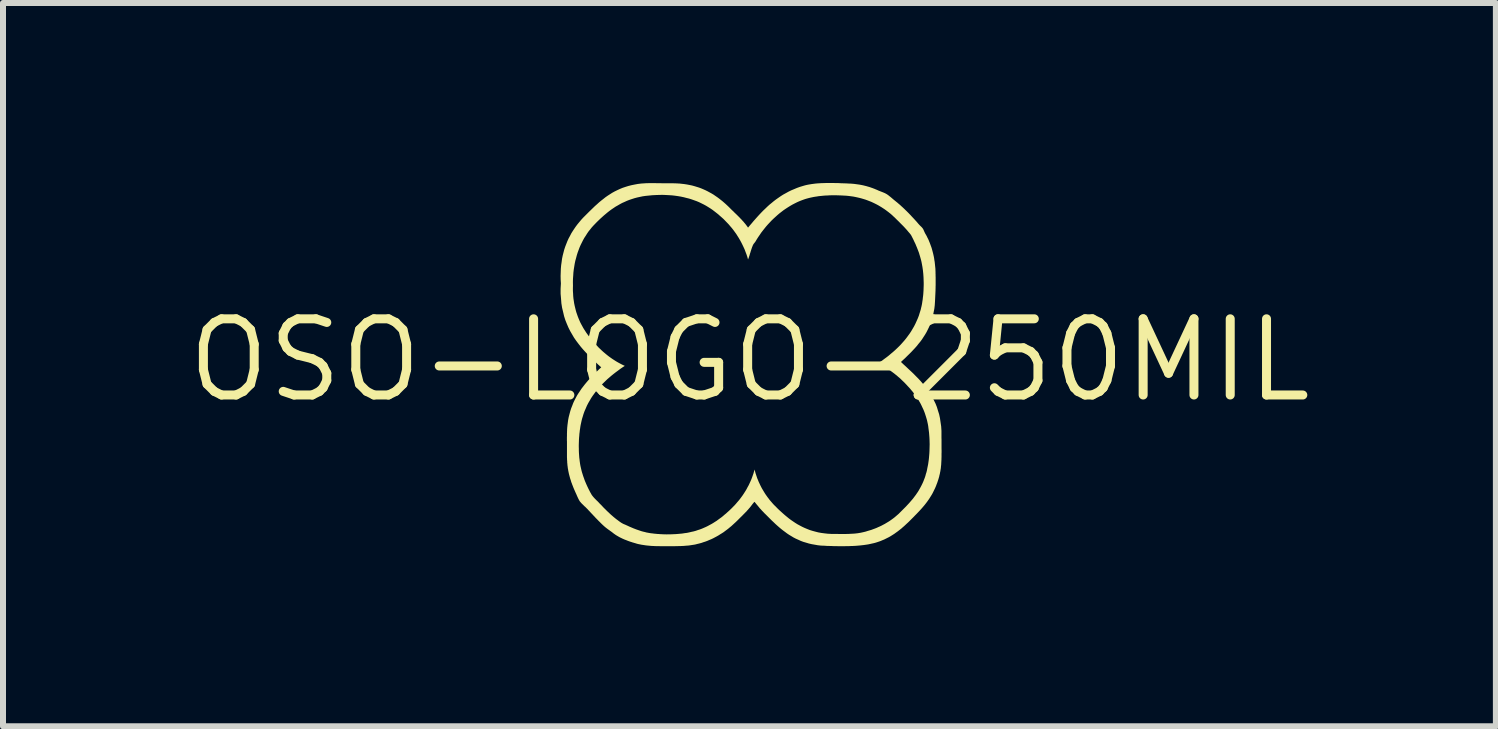
<source format=kicad_pcb>
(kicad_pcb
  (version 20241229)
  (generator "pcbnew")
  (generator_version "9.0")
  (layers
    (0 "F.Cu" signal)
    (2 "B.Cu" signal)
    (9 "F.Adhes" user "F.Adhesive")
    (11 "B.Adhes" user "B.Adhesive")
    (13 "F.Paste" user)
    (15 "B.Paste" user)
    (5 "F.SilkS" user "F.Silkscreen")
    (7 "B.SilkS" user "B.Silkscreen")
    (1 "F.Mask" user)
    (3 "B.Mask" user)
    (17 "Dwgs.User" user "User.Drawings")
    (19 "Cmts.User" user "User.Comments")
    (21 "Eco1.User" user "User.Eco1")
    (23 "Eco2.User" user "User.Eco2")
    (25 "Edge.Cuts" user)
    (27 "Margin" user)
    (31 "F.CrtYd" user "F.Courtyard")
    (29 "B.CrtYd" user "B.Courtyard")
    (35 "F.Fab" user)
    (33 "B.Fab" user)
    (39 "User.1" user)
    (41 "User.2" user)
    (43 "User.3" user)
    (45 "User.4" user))
  (footprint "OSO-LOGO-250MIL"
    (layer "F.Cu")
    (at 9.442 2.954)
    (property "Reference" "OSO-LOGO-250MIL" (at 0 0 0) (layer "F.SilkS") (effects (font (size 1.27 1.27) (thickness 0.15))))
    (attr through_hole)
    (fp_poly (pts (xy 1.379 -1.056) (xy 1.373 -1.05) (xy 1.368 -1.043) (xy 1.362 -1.037) (xy 1.357 -1.031) (xy 1.351 -1.024) (xy 1.346 -1.018) (xy 1.34 -1.011) (xy 1.335 -1.004) (xy 1.33 -0.997) (xy 1.324 -0.991) (xy 1.319 -0.984) (xy 1.314 -0.977) (xy 1.308 -0.97) (xy 1.303 -0.963) (xy 1.298 -0.956) (xy 1.293 -0.949) (xy 1.288 -0.942) (xy 1.282 -0.934) (xy 1.277 -0.927) (xy 1.272 -0.92) (xy 1.267 -0.913) (xy 1.261 -0.906) (xy 1.256 -0.898) (xy 1.251 -0.891) (xy 1.245 -0.884) (xy 1.241 -0.878) (xy 1.235 -0.871) (xy 1.23 -0.864) (xy 1.225 -0.857) (xy 1.219 -0.85) (xy 1.214 -0.843) (xy 1.209 -0.836) (xy 1.203 -0.829) (xy 1.198 -0.823) (xy 1.192 -0.816) (xy 1.187 -0.808) (xy 1.182 -0.801) (xy 1.176 -0.794) (xy 1.171 -0.787) (xy 1.166 -0.78) (xy 1.161 -0.773) (xy 1.156 -0.766) (xy 1.152 -0.759) (xy 1.147 -0.751) (xy 1.143 -0.744) (xy 1.138 -0.737) (xy 1.134 -0.73) (xy 1.13 -0.722) (xy 1.127 -0.717) (xy 1.125 -0.712) (xy 1.122 -0.706) (xy 1.12 -0.701) (xy 1.118 -0.695) (xy 1.115 -0.689) (xy 1.113 -0.683) (xy 1.111 -0.677) (xy 1.109 -0.671) (xy 1.107 -0.665) (xy 1.104 -0.659) (xy 1.102 -0.653) (xy 1.1 -0.646) (xy 1.098 -0.64) (xy 1.096 -0.634) (xy 1.094 -0.627) (xy 1.092 -0.621) (xy 1.09 -0.615) (xy 1.088 -0.609) (xy 1.086 -0.602) (xy 1.084 -0.596) (xy 1.082 -0.59) (xy 1.08 -0.584) (xy 1.078 -0.578) (xy 1.063 -0.536) (xy 1.048 -0.495) (xy 1.034 -0.453) (xy 1.019 -0.411) (xy 1.004 -0.369) (xy 0.988 -0.327) (xy 0.973 -0.284) (xy 0.958 -0.242) (xy 0.943 -0.199) (xy 0.927 -0.157) (xy 0.912 -0.114) (xy 0.896 -0.072) (xy 0.881 -0.029) (xy 0.865 0.014) (xy 0.85 0.056) (xy 0.834 0.098) (xy 0.819 0.141) (xy 0.804 0.183) (xy 0.788 0.225) (xy 0.773 0.267) (xy 0.758 0.308) (xy 0.742 0.35) (xy 0.727 0.391) (xy 0.712 0.431) (xy 0.722 0.426) (xy 0.731 0.42) (xy 0.741 0.414) (xy 0.75 0.408) (xy 0.76 0.402) (xy 0.769 0.396) (xy 0.778 0.39) (xy 0.788 0.384) (xy 0.797 0.378) (xy 0.806 0.372) (xy 0.815 0.365) (xy 0.825 0.359) (xy 0.834 0.353) (xy 0.844 0.347) (xy 0.853 0.341) (xy 0.863 0.335) (xy 0.872 0.329) (xy 0.882 0.324) (xy 0.891 0.318) (xy 0.901 0.312) (xy 0.911 0.307) (xy 0.921 0.301) (xy 0.931 0.296) (xy 0.941 0.291) (xy 0.973 0.275) (xy 1.005 0.26) (xy 1.038 0.247) (xy 1.071 0.233) (xy 1.105 0.221) (xy 1.139 0.211) (xy 1.174 0.2) (xy 1.208 0.191) (xy 1.243 0.183) (xy 1.278 0.176) (xy 1.314 0.169) (xy 1.35 0.164) (xy 1.385 0.159) (xy 1.421 0.155) (xy 1.457 0.153) (xy 1.493 0.151) (xy 1.529 0.151) (xy 1.565 0.151) (xy 1.601 0.152) (xy 1.636 0.154) (xy 1.672 0.158) (xy 1.707 0.162) (xy 1.742 0.167) (xy 1.777 0.174) (xy 1.826 0.184) (xy 1.874 0.196) (xy 1.919 0.21) (xy 1.965 0.225) (xy 2.01 0.242) (xy 2.052 0.261) (xy 2.095 0.28) (xy 2.136 0.301) (xy 2.175 0.324) (xy 2.214 0.348) (xy 2.252 0.373) (xy 2.288 0.4) (xy 2.324 0.427) (xy 2.358 0.456) (xy 2.391 0.487) (xy 2.423 0.517) (xy 2.454 0.55) (xy 2.483 0.584) (xy 2.512 0.618) (xy 2.54 0.654) (xy 2.565 0.69) (xy 2.591 0.727) (xy 2.615 0.765) (xy 2.638 0.805) (xy 2.649 0.826) (xy 2.66 0.847) (xy 2.671 0.869) (xy 2.682 0.891) (xy 2.692 0.913) (xy 2.701 0.936) (xy 2.711 0.959) (xy 2.72 0.982) (xy 2.728 1.006) (xy 2.737 1.029) (xy 2.744 1.053) (xy 2.751 1.077) (xy 2.758 1.102) (xy 2.764 1.126) (xy 2.77 1.151) (xy 2.775 1.176) (xy 2.78 1.202) (xy 2.785 1.227) (xy 2.789 1.252) (xy 2.792 1.278) (xy 2.794 1.303) (xy 2.796 1.329) (xy 2.798 1.354) (xy 2.798 1.38) (xy 2.799 1.409) (xy 2.799 1.437) (xy 2.798 1.465) (xy 2.797 1.492) (xy 2.795 1.519) (xy 2.792 1.545) (xy 2.79 1.571) (xy 2.787 1.597) (xy 2.782 1.622) (xy 2.778 1.647) (xy 2.773 1.672) (xy 2.768 1.696) (xy 2.763 1.72) (xy 2.756 1.744) (xy 2.749 1.767) (xy 2.742 1.791) (xy 2.735 1.814) (xy 2.727 1.838) (xy 2.719 1.861) (xy 2.709 1.883) (xy 2.7 1.906) (xy 2.69 1.929) (xy 2.68 1.952) (xy 2.67 1.975) (xy 2.65 2.016) (xy 2.629 2.056) (xy 2.605 2.095) (xy 2.582 2.134) (xy 2.557 2.171) (xy 2.529 2.206) (xy 2.502 2.241) (xy 2.473 2.275) (xy 2.442 2.307) (xy 2.412 2.339) (xy 2.379 2.37) (xy 2.345 2.398) (xy 2.311 2.427) (xy 2.275 2.454) (xy 2.237 2.479) (xy 2.199 2.503) (xy 2.16 2.527) (xy 2.119 2.548) (xy 2.078 2.569) (xy 2.035 2.588) (xy 1.991 2.605) (xy 1.947 2.622) (xy 1.901 2.637) (xy 1.854 2.65) (xy 1.801 2.665) (xy 1.747 2.676) (xy 1.694 2.683) (xy 1.641 2.691) (xy 1.588 2.694) (xy 1.536 2.695) (xy 1.484 2.696) (xy 1.432 2.693) (xy 1.382 2.687) (xy 1.332 2.682) (xy 1.282 2.673) (xy 1.234 2.662) (xy 1.185 2.651) (xy 1.138 2.637) (xy 1.093 2.621) (xy 1.047 2.605) (xy 1.004 2.587) (xy 0.962 2.566) (xy 0.92 2.546) (xy 0.88 2.523) (xy 0.842 2.499) (xy 0.805 2.475) (xy 0.769 2.448) (xy 0.736 2.421) (xy 0.702 2.392) (xy 0.669 2.363) (xy 0.636 2.331) (xy 0.604 2.3) (xy 0.574 2.268) (xy 0.544 2.233) (xy 0.515 2.199) (xy 0.487 2.163) (xy 0.462 2.126) (xy 0.436 2.088) (xy 0.412 2.05) (xy 0.39 2.009) (xy 0.368 1.968) (xy 0.349 1.925) (xy 0.332 1.88) (xy 0.315 1.836) (xy 0.3 1.789) (xy 0.288 1.74) (xy 0.277 1.691) (xy 0.268 1.64) (xy 0.262 1.587) (xy 0.256 1.534) (xy 0.253 1.478) (xy 0.254 1.42) (xy 0.254 1.408) (xy 0.254 1.396) (xy 0.254 1.384) (xy 0.255 1.372) (xy 0.255 1.36) (xy 0.256 1.348) (xy 0.256 1.336) (xy 0.257 1.324) (xy 0.257 1.312) (xy 0.258 1.3) (xy 0.259 1.288) (xy 0.26 1.277) (xy 0.261 1.265) (xy 0.262 1.253) (xy 0.264 1.241) (xy 0.265 1.229) (xy 0.266 1.217) (xy 0.268 1.206) (xy 0.27 1.194) (xy 0.272 1.182) (xy 0.274 1.171) (xy 0.277 1.159) (xy 0.279 1.147) (xy 0.282 1.135) (xy 0.285 1.123) (xy 0.287 1.112) (xy 0.291 1.1) (xy 0.294 1.089) (xy 0.297 1.077) (xy 0.3 1.066) (xy 0.304 1.055) (xy 0.307 1.043) (xy 0.311 1.032) (xy 0.314 1.02) (xy 0.318 1.009) (xy 0.322 0.997) (xy 0.326 0.986) (xy 0.329 0.975) (xy 0.333 0.963) (xy 0.337 0.951) (xy 0.342 0.94) (xy 0.345 0.928) (xy 0.349 0.916) (xy 0.354 0.905) (xy 0.358 0.893) (xy 0.362 0.882) (xy 0.366 0.87) (xy 0.37 0.858) (xy 0.394 0.789) (xy 0.419 0.72) (xy 0.443 0.651) (xy 0.468 0.582) (xy 0.492 0.513) (xy 0.517 0.444) (xy 0.542 0.375) (xy 0.567 0.306) (xy 0.592 0.237) (xy 0.617 0.168) (xy 0.642 0.099) (xy 0.667 0.03) (xy 0.692 -0.039) (xy 0.717 -0.108) (xy 0.742 -0.177) (xy 0.767 -0.246) (xy 0.792 -0.315) (xy 0.816 -0.384) (xy 0.841 -0.452) (xy 0.865 -0.521) (xy 0.889 -0.589) (xy 0.914 -0.658) (xy 0.938 -0.726) (xy 0.961 -0.795) (xy 0.973 -0.81) (xy 0.984 -0.825) (xy 0.995 -0.84) (xy 1.006 -0.855) (xy 1.018 -0.87) (xy 1.029 -0.885) (xy 1.04 -0.9) (xy 1.051 -0.915) (xy 1.062 -0.931) (xy 1.073 -0.946) (xy 1.084 -0.961) (xy 1.095 -0.976) (xy 1.107 -0.992) (xy 1.117 -1.007) (xy 1.128 -1.022) (xy 1.139 -1.038) (xy 1.15 -1.053) (xy 1.161 -1.068) (xy 1.172 -1.084) (xy 1.183 -1.099) (xy 1.194 -1.114) (xy 1.205 -1.13) (xy 1.216 -1.145) (xy 1.227 -1.161) (xy 1.212 -1.192) (xy 1.204 -1.222) (xy 1.201 -1.25) (xy 1.199 -1.278) (xy 1.202 -1.304) (xy 1.21 -1.328) (xy 1.218 -1.352) (xy 1.231 -1.373) (xy 1.246 -1.392) (xy 1.262 -1.411) (xy 1.281 -1.427) (xy 1.302 -1.439) (xy 1.323 -1.452) (xy 1.346 -1.461) (xy 1.369 -1.467) (xy 1.393 -1.473) (xy 1.418 -1.474) (xy 1.443 -1.472) (xy 1.467 -1.469) (xy 1.491 -1.462) (xy 1.514 -1.451) (xy 1.537 -1.44) (xy 1.558 -1.423) (xy 1.576 -1.402) (xy 1.59 -1.385) (xy 1.601 -1.367) (xy 1.609 -1.347) (xy 1.617 -1.328) (xy 1.621 -1.308) (xy 1.623 -1.287) (xy 1.625 -1.267) (xy 1.624 -1.246) (xy 1.62 -1.226) (xy 1.616 -1.206) (xy 1.61 -1.186) (xy 1.6 -1.167) (xy 1.591 -1.149) (xy 1.579 -1.132) (xy 1.565 -1.117) (xy 1.551 -1.101) (xy 1.535 -1.088) (xy 1.516 -1.078) (xy 1.497 -1.068) (xy 1.476 -1.06) (xy 1.454 -1.056) (xy 1.431 -1.052) (xy 1.406 -1.052)) (stroke (width 0) (type solid)) (fill yes) (layer "F.Mask"))
    (fp_poly (pts (xy -1.165 1.307) (xy -1.157 1.326) (xy -1.151 1.344) (xy -1.147 1.362) (xy -1.143 1.38) (xy -1.141 1.398) (xy -1.142 1.416) (xy -1.142 1.434) (xy -1.145 1.451) (xy -1.149 1.467) (xy -1.154 1.484) (xy -1.16 1.499) (xy -1.168 1.514) (xy -1.175 1.529) (xy -1.185 1.543) (xy -1.196 1.555) (xy -1.206 1.567) (xy -1.218 1.578) (xy -1.232 1.588) (xy -1.245 1.598) (xy -1.259 1.606) (xy -1.274 1.612) (xy -1.289 1.619) (xy -1.305 1.623) (xy -1.322 1.625) (xy -1.355 1.63) (xy -1.385 1.628) (xy -1.411 1.621) (xy -1.438 1.614) (xy -1.462 1.601) (xy -1.482 1.585) (xy -1.502 1.569) (xy -1.519 1.55) (xy -1.532 1.528) (xy -1.545 1.506) (xy -1.554 1.482) (xy -1.559 1.457) (xy -1.565 1.432) (xy -1.566 1.406) (xy -1.563 1.381) (xy -1.561 1.355) (xy -1.554 1.33) (xy -1.542 1.308) (xy -1.531 1.285) (xy -1.515 1.264) (xy -1.494 1.247) (xy -1.474 1.23) (xy -1.449 1.216) (xy -1.418 1.207) (xy -1.414 1.206) (xy -1.411 1.205) (xy -1.407 1.205) (xy -1.403 1.204) (xy -1.399 1.204) (xy -1.396 1.204) (xy -1.392 1.204) (xy -1.388 1.204) (xy -1.385 1.204) (xy -1.381 1.205) (xy -1.377 1.205) (xy -1.373 1.206) (xy -1.369 1.206) (xy -1.365 1.206) (xy -1.361 1.207) (xy -1.357 1.207) (xy -1.353 1.207) (xy -1.349 1.207) (xy -1.345 1.207) (xy -1.34 1.206) (xy -1.336 1.206) (xy -1.331 1.205) (xy -1.327 1.205) (xy -1.322 1.203) (xy -1.319 1.203) (xy -1.316 1.201) (xy -1.313 1.199) (xy -1.311 1.197) (xy -1.308 1.195) (xy -1.305 1.191) (xy -1.302 1.189) (xy -1.299 1.185) (xy -1.296 1.181) (xy -1.293 1.178) (xy -1.29 1.173) (xy -1.287 1.169) (xy -1.284 1.165) (xy -1.281 1.161) (xy -1.278 1.156) (xy -1.275 1.152) (xy -1.273 1.147) (xy -1.27 1.143) (xy -1.267 1.139) (xy -1.264 1.134) (xy -1.261 1.13) (xy -1.259 1.126) (xy -1.256 1.122) (xy -1.254 1.119) (xy -1.25 1.114) (xy -1.247 1.11) (xy -1.244 1.106) (xy -1.241 1.102) (xy -1.238 1.098) (xy -1.235 1.095) (xy -1.232 1.091) (xy -1.229 1.087) (xy -1.227 1.083) (xy -1.224 1.08) (xy -1.221 1.076) (xy -1.218 1.073) (xy -1.216 1.069) (xy -1.213 1.066) (xy -1.211 1.063) (xy -1.208 1.059) (xy -1.206 1.056) (xy -1.203 1.053) (xy -1.201 1.05) (xy -1.198 1.046) (xy -1.196 1.043) (xy -1.194 1.04) (xy -1.191 1.037) (xy -1.189 1.034) (xy -1.184 1.026) (xy -1.178 1.018) (xy -1.172 1.011) (xy -1.166 1.003) (xy -1.16 0.995) (xy -1.155 0.988) (xy -1.149 0.981) (xy -1.143 0.973) (xy -1.137 0.966) (xy -1.132 0.958) (xy -1.126 0.951) (xy -1.12 0.944) (xy -1.115 0.936) (xy -1.11 0.929) (xy -1.104 0.922) (xy -1.099 0.915) (xy -1.094 0.908) (xy -1.09 0.9) (xy -1.085 0.893) (xy -1.08 0.886) (xy -1.076 0.879) (xy -1.072 0.872) (xy -1.068 0.865) (xy -1.065 0.858) (xy -1.059 0.847) (xy -1.054 0.835) (xy -1.05 0.824) (xy -1.045 0.813) (xy -1.04 0.801) (xy -1.036 0.789) (xy -1.032 0.777) (xy -1.027 0.765) (xy -1.023 0.753) (xy -1.019 0.741) (xy -1.015 0.729) (xy -1.012 0.717) (xy -1.008 0.704) (xy -1.004 0.692) (xy -1 0.679) (xy -0.996 0.667) (xy -0.993 0.654) (xy -0.989 0.642) (xy -0.985 0.629) (xy -0.981 0.617) (xy -0.977 0.605) (xy -0.973 0.592) (xy -0.969 0.58) (xy -0.964 0.568) (xy -0.952 0.534) (xy -0.939 0.499) (xy -0.926 0.464) (xy -0.914 0.429) (xy -0.9 0.393) (xy -0.888 0.357) (xy -0.875 0.322) (xy -0.862 0.286) (xy -0.848 0.25) (xy -0.835 0.213) (xy -0.822 0.177) (xy -0.809 0.141) (xy -0.796 0.105) (xy -0.783 0.069) (xy -0.77 0.033) (xy -0.757 -0.003) (xy -0.744 -0.038) (xy -0.731 -0.073) (xy -0.718 -0.109) (xy -0.705 -0.144) (xy -0.692 -0.178) (xy -0.68 -0.213) (xy -0.667 -0.247) (xy -0.655 -0.28) (xy -0.673 -0.267) (xy -0.691 -0.254) (xy -0.71 -0.241) (xy -0.73 -0.228) (xy -0.75 -0.215) (xy -0.77 -0.203) (xy -0.791 -0.19) (xy -0.812 -0.177) (xy -0.834 -0.165) (xy -0.857 -0.153) (xy -0.879 -0.141) (xy -0.903 -0.129) (xy -0.926 -0.118) (xy -0.95 -0.107) (xy -0.975 -0.096) (xy -0.999 -0.086) (xy -1.025 -0.076) (xy -1.05 -0.067) (xy -1.076 -0.058) (xy -1.103 -0.05) (xy -1.13 -0.042) (xy -1.157 -0.035) (xy -1.185 -0.028) (xy -1.213 -0.023) (xy -1.243 -0.017) (xy -1.272 -0.012) (xy -1.302 -0.009) (xy -1.331 -0.005) (xy -1.361 -0.003) (xy -1.391 -0.001) (xy -1.421 0.001) (xy -1.451 0.001) (xy -1.48 0.001) (xy -1.51 0.001) (xy -1.54 -0.001) (xy -1.569 -0.003) (xy -1.599 -0.005) (xy -1.628 -0.008) (xy -1.658 -0.012) (xy -1.687 -0.016) (xy -1.716 -0.021) (xy -1.745 -0.027) (xy -1.774 -0.032) (xy -1.802 -0.039) (xy -1.83 -0.046) (xy -1.858 -0.054) (xy -1.886 -0.062) (xy -1.913 -0.071) (xy -1.947 -0.086) (xy -1.98 -0.101) (xy -2.011 -0.117) (xy -2.043 -0.133) (xy -2.074 -0.15) (xy -2.103 -0.167) (xy -2.133 -0.185) (xy -2.162 -0.203) (xy -2.189 -0.222) (xy -2.217 -0.241) (xy -2.243 -0.261) (xy -2.269 -0.282) (xy -2.295 -0.303) (xy -2.319 -0.325) (xy -2.343 -0.348) (xy -2.367 -0.371) (xy -2.39 -0.395) (xy -2.412 -0.419) (xy -2.435 -0.444) (xy -2.456 -0.47) (xy -2.477 -0.497) (xy -2.497 -0.524) (xy -2.517 -0.552) (xy -2.536 -0.582) (xy -2.554 -0.61) (xy -2.572 -0.64) (xy -2.589 -0.671) (xy -2.606 -0.702) (xy -2.622 -0.735) (xy -2.637 -0.768) (xy -2.651 -0.802) (xy -2.665 -0.837) (xy -2.678 -0.874) (xy -2.69 -0.91) (xy -2.701 -0.947) (xy -2.71 -0.986) (xy -2.719 -1.024) (xy -2.726 -1.064) (xy -2.732 -1.104) (xy -2.738 -1.145) (xy -2.742 -1.187) (xy -2.743 -1.229) (xy -2.745 -1.272) (xy -2.744 -1.315) (xy -2.741 -1.359) (xy -2.738 -1.403) (xy -2.733 -1.448) (xy -2.725 -1.494) (xy -2.718 -1.533) (xy -2.709 -1.571) (xy -2.7 -1.607) (xy -2.69 -1.644) (xy -2.678 -1.679) (xy -2.666 -1.714) (xy -2.653 -1.748) (xy -2.639 -1.781) (xy -2.624 -1.813) (xy -2.609 -1.845) (xy -2.592 -1.876) (xy -2.575 -1.906) (xy -2.557 -1.937) (xy -2.539 -1.966) (xy -2.519 -1.994) (xy -2.499 -2.022) (xy -2.479 -2.049) (xy -2.457 -2.075) (xy -2.436 -2.101) (xy -2.413 -2.127) (xy -2.39 -2.151) (xy -2.367 -2.175) (xy -2.343 -2.199) (xy -2.319 -2.222) (xy -2.295 -2.244) (xy -2.269 -2.266) (xy -2.242 -2.287) (xy -2.215 -2.308) (xy -2.187 -2.328) (xy -2.157 -2.348) (xy -2.128 -2.367) (xy -2.097 -2.385) (xy -2.065 -2.402) (xy -2.033 -2.419) (xy -2 -2.435) (xy -1.966 -2.45) (xy -1.932 -2.465) (xy -1.896 -2.478) (xy -1.86 -2.49) (xy -1.823 -2.502) (xy -1.785 -2.512) (xy -1.747 -2.521) (xy -1.708 -2.529) (xy -1.668 -2.536) (xy -1.628 -2.541) (xy -1.587 -2.547) (xy -1.545 -2.55) (xy -1.503 -2.551) (xy -1.453 -2.553) (xy -1.404 -2.551) (xy -1.356 -2.547) (xy -1.308 -2.543) (xy -1.26 -2.536) (xy -1.214 -2.526) (xy -1.168 -2.516) (xy -1.123 -2.504) (xy -1.079 -2.49) (xy -1.035 -2.476) (xy -0.993 -2.46) (xy -0.952 -2.441) (xy -0.911 -2.423) (xy -0.871 -2.403) (xy -0.833 -2.381) (xy -0.795 -2.36) (xy -0.759 -2.337) (xy -0.724 -2.312) (xy -0.69 -2.288) (xy -0.657 -2.262) (xy -0.627 -2.235) (xy -0.597 -2.209) (xy -0.568 -2.181) (xy -0.542 -2.153) (xy -0.516 -2.125) (xy -0.49 -2.095) (xy -0.464 -2.063) (xy -0.439 -2.031) (xy -0.415 -1.997) (xy -0.392 -1.961) (xy -0.368 -1.926) (xy -0.346 -1.888) (xy -0.326 -1.849) (xy -0.305 -1.81) (xy -0.287 -1.769) (xy -0.27 -1.726) (xy -0.253 -1.683) (xy -0.238 -1.638) (xy -0.226 -1.592) (xy -0.214 -1.545) (xy -0.205 -1.497) (xy -0.198 -1.446) (xy -0.191 -1.396) (xy -0.187 -1.344) (xy -0.187 -1.291) (xy -0.187 -1.237) (xy -0.19 -1.181) (xy -0.196 -1.124) (xy -0.199 -1.1) (xy -0.203 -1.077) (xy -0.207 -1.053) (xy -0.211 -1.03) (xy -0.216 -1.007) (xy -0.222 -0.984) (xy -0.227 -0.96) (xy -0.233 -0.938) (xy -0.24 -0.915) (xy -0.246 -0.892) (xy -0.253 -0.87) (xy -0.26 -0.848) (xy -0.267 -0.825) (xy -0.275 -0.803) (xy -0.282 -0.781) (xy -0.29 -0.759) (xy -0.298 -0.737) (xy -0.306 -0.716) (xy -0.314 -0.694) (xy -0.322 -0.672) (xy -0.33 -0.65) (xy -0.338 -0.629) (xy -0.345 -0.607) (xy -0.353 -0.586) (xy -0.372 -0.532) (xy -0.392 -0.479) (xy -0.411 -0.426) (xy -0.43 -0.373) (xy -0.449 -0.32) (xy -0.468 -0.267) (xy -0.488 -0.214) (xy -0.507 -0.161) (xy -0.526 -0.108) (xy -0.546 -0.055) (xy -0.565 -0.001) (xy -0.584 0.052) (xy -0.603 0.105) (xy -0.623 0.158) (xy -0.642 0.212) (xy -0.661 0.265) (xy -0.681 0.318) (xy -0.7 0.371) (xy -0.719 0.425) (xy -0.739 0.478) (xy -0.758 0.532) (xy -0.777 0.585) (xy -0.796 0.639) (xy -0.815 0.693) (xy -0.819 0.703) (xy -0.823 0.714) (xy -0.827 0.725) (xy -0.83 0.736) (xy -0.834 0.747) (xy -0.838 0.758) (xy -0.841 0.769) (xy -0.845 0.78) (xy -0.848 0.791) (xy -0.852 0.802) (xy -0.855 0.812) (xy -0.859 0.823) (xy -0.863 0.834) (xy -0.866 0.844) (xy -0.87 0.855) (xy -0.874 0.866) (xy -0.878 0.876) (xy -0.882 0.886) (xy -0.886 0.897) (xy -0.89 0.907) (xy -0.894 0.917) (xy -0.899 0.927) (xy -0.903 0.936) (xy -0.908 0.946) (xy -0.916 0.962) (xy -0.925 0.978) (xy -0.935 0.994) (xy -0.945 1.01) (xy -0.955 1.025) (xy -0.966 1.04) (xy -0.977 1.055) (xy -0.988 1.07) (xy -0.999 1.085) (xy -1.01 1.1) (xy -1.022 1.114) (xy -1.034 1.129) (xy -1.046 1.143) (xy -1.058 1.157) (xy -1.069 1.172) (xy -1.081 1.187) (xy -1.092 1.201) (xy -1.103 1.216) (xy -1.115 1.23) (xy -1.126 1.246) (xy -1.136 1.261) (xy -1.146 1.276) (xy -1.156 1.291)) (stroke (width 0) (type solid)) (fill yes) (layer "F.Mask"))
    (fp_poly (pts (xy 1.018 0.102) (xy 1.032 0.062) (xy 1.047 0.022) (xy 1.062 -0.018) (xy 1.076 -0.057) (xy 1.091 -0.097) (xy 1.106 -0.136) (xy 1.12 -0.175) (xy 1.135 -0.214) (xy 1.15 -0.252) (xy 1.165 -0.291) (xy 1.179 -0.33) (xy 1.194 -0.368) (xy 1.209 -0.407) (xy 1.224 -0.445) (xy 1.239 -0.484) (xy 1.254 -0.522) (xy 1.269 -0.561) (xy 1.284 -0.599) (xy 1.299 -0.637) (xy 1.314 -0.676) (xy 1.33 -0.715) (xy 1.345 -0.753) (xy 1.36 -0.792) (xy 1.375 -0.831) (xy 1.396 -0.829) (xy 1.415 -0.828) (xy 1.434 -0.829) (xy 1.453 -0.83) (xy 1.472 -0.832) (xy 1.49 -0.835) (xy 1.508 -0.839) (xy 1.525 -0.843) (xy 1.542 -0.849) (xy 1.559 -0.855) (xy 1.575 -0.862) (xy 1.591 -0.869) (xy 1.606 -0.877) (xy 1.621 -0.885) (xy 1.636 -0.894) (xy 1.651 -0.903) (xy 1.665 -0.913) (xy 1.678 -0.923) (xy 1.692 -0.933) (xy 1.705 -0.944) (xy 1.717 -0.955) (xy 1.73 -0.965) (xy 1.742 -0.976) (xy 1.753 -0.988) (xy 1.762 -1.001) (xy 1.77 -1.014) (xy 1.777 -1.028) (xy 1.785 -1.042) (xy 1.792 -1.056) (xy 1.799 -1.07) (xy 1.806 -1.084) (xy 1.811 -1.098) (xy 1.817 -1.113) (xy 1.823 -1.127) (xy 1.827 -1.142) (xy 1.832 -1.157) (xy 1.836 -1.171) (xy 1.84 -1.186) (xy 1.842 -1.202) (xy 1.845 -1.217) (xy 1.846 -1.232) (xy 1.848 -1.247) (xy 1.849 -1.263) (xy 1.849 -1.278) (xy 1.848 -1.294) (xy 1.846 -1.31) (xy 1.845 -1.326) (xy 1.842 -1.341) (xy 1.839 -1.356) (xy 1.835 -1.371) (xy 1.831 -1.384) (xy 1.826 -1.398) (xy 1.821 -1.411) (xy 1.816 -1.424) (xy 1.81 -1.437) (xy 1.804 -1.45) (xy 1.797 -1.462) (xy 1.791 -1.474) (xy 1.783 -1.486) (xy 1.776 -1.498) (xy 1.768 -1.509) (xy 1.76 -1.52) (xy 1.751 -1.531) (xy 1.743 -1.542) (xy 1.734 -1.552) (xy 1.725 -1.563) (xy 1.716 -1.573) (xy 1.707 -1.583) (xy 1.697 -1.593) (xy 1.688 -1.603) (xy 1.678 -1.613) (xy 1.669 -1.623) (xy 1.658 -1.629) (xy 1.647 -1.635) (xy 1.636 -1.641) (xy 1.624 -1.646) (xy 1.613 -1.652) (xy 1.601 -1.657) (xy 1.589 -1.662) (xy 1.577 -1.667) (xy 1.564 -1.671) (xy 1.552 -1.675) (xy 1.54 -1.679) (xy 1.527 -1.683) (xy 1.514 -1.687) (xy 1.501 -1.689) (xy 1.488 -1.692) (xy 1.475 -1.695) (xy 1.462 -1.697) (xy 1.449 -1.698) (xy 1.435 -1.699) (xy 1.422 -1.7) (xy 1.408 -1.7) (xy 1.395 -1.701) (xy 1.381 -1.7) (xy 1.367 -1.699) (xy 1.35 -1.698) (xy 1.333 -1.695) (xy 1.316 -1.691) (xy 1.3 -1.688) (xy 1.284 -1.683) (xy 1.268 -1.678) (xy 1.252 -1.672) (xy 1.238 -1.666) (xy 1.223 -1.658) (xy 1.209 -1.651) (xy 1.195 -1.643) (xy 1.181 -1.634) (xy 1.168 -1.625) (xy 1.155 -1.616) (xy 1.142 -1.606) (xy 1.129 -1.595) (xy 1.118 -1.585) (xy 1.106 -1.573) (xy 1.094 -1.562) (xy 1.083 -1.551) (xy 1.072 -1.539) (xy 1.062 -1.527) (xy 1.052 -1.515) (xy 1.042 -1.502) (xy 1.036 -1.484) (xy 1.031 -1.466) (xy 1.026 -1.448) (xy 1.02 -1.43) (xy 1.014 -1.412) (xy 1.008 -1.395) (xy 1.002 -1.377) (xy 0.996 -1.36) (xy 0.99 -1.342) (xy 0.984 -1.325) (xy 0.977 -1.307) (xy 0.971 -1.29) (xy 0.965 -1.272) (xy 0.958 -1.255) (xy 0.952 -1.238) (xy 0.945 -1.22) (xy 0.938 -1.203) (xy 0.932 -1.185) (xy 0.925 -1.168) (xy 0.919 -1.15) (xy 0.912 -1.133) (xy 0.906 -1.115) (xy 0.899 -1.098) (xy 0.893 -1.08) (xy 0.888 -1.065) (xy 0.882 -1.049) (xy 0.877 -1.033) (xy 0.871 -1.018) (xy 0.865 -1.002) (xy 0.86 -0.986) (xy 0.854 -0.97) (xy 0.849 -0.954) (xy 0.843 -0.938) (xy 0.837 -0.921) (xy 0.831 -0.905) (xy 0.826 -0.889) (xy 0.82 -0.872) (xy 0.815 -0.856) (xy 0.809 -0.839) (xy 0.803 -0.823) (xy 0.797 -0.806) (xy 0.791 -0.79) (xy 0.785 -0.773) (xy 0.78 -0.757) (xy 0.774 -0.74) (xy 0.768 -0.723) (xy 0.762 -0.707) (xy 0.756 -0.69) (xy 0.756 -0.688) (xy 0.755 -0.686) (xy 0.754 -0.684) (xy 0.754 -0.682) (xy 0.753 -0.68) (xy 0.752 -0.677) (xy 0.751 -0.675) (xy 0.751 -0.673) (xy 0.75 -0.67) (xy 0.749 -0.668) (xy 0.748 -0.665) (xy 0.747 -0.663) (xy 0.746 -0.661) (xy 0.745 -0.659) (xy 0.744 -0.656) (xy 0.743 -0.654) (xy 0.741 -0.652) (xy 0.74 -0.65) (xy 0.738 -0.648) (xy 0.737 -0.647) (xy 0.734 -0.645) (xy 0.733 -0.644) (xy 0.731 -0.643) (xy 0.728 -0.642) (xy 0.727 -0.633) (xy 0.726 -0.623) (xy 0.724 -0.614) (xy 0.722 -0.605) (xy 0.72 -0.596) (xy 0.718 -0.587) (xy 0.716 -0.579) (xy 0.713 -0.57) (xy 0.71 -0.561) (xy 0.707 -0.552) (xy 0.704 -0.543) (xy 0.701 -0.534) (xy 0.698 -0.525) (xy 0.694 -0.516) (xy 0.691 -0.508) (xy 0.688 -0.499) (xy 0.684 -0.49) (xy 0.681 -0.482) (xy 0.677 -0.473) (xy 0.674 -0.464) (xy 0.67 -0.455) (xy 0.667 -0.446) (xy 0.663 -0.438) (xy 0.66 -0.429) (xy 0.651 -0.405) (xy 0.642 -0.381) (xy 0.633 -0.357) (xy 0.624 -0.333) (xy 0.615 -0.309) (xy 0.607 -0.284) (xy 0.598 -0.26) (xy 0.589 -0.235) (xy 0.581 -0.211) (xy 0.572 -0.186) (xy 0.563 -0.162) (xy 0.554 -0.137) (xy 0.546 -0.113) (xy 0.537 -0.088) (xy 0.529 -0.064) (xy 0.52 -0.04) (xy 0.511 -0.016) (xy 0.503 0.008) (xy 0.494 0.032) (xy 0.485 0.056) (xy 0.477 0.08) (xy 0.468 0.103) (xy 0.459 0.127) (xy 0.451 0.15) (xy 0.45 0.152) (xy 0.449 0.154) (xy 0.449 0.156) (xy 0.449 0.158) (xy 0.448 0.16) (xy 0.448 0.162) (xy 0.447 0.164) (xy 0.447 0.167) (xy 0.446 0.169) (xy 0.446 0.171) (xy 0.445 0.173) (xy 0.445 0.176) (xy 0.444 0.178) (xy 0.443 0.18) (xy 0.442 0.182) (xy 0.441 0.184) (xy 0.44 0.186) (xy 0.439 0.187) (xy 0.437 0.189) (xy 0.436 0.191) (xy 0.434 0.192) (xy 0.431 0.193) (xy 0.429 0.194) (xy 0.427 0.194) (xy 0.427 0.199) (xy 0.427 0.204) (xy 0.427 0.208) (xy 0.427 0.213) (xy 0.426 0.218) (xy 0.426 0.222) (xy 0.425 0.227) (xy 0.424 0.232) (xy 0.423 0.236) (xy 0.421 0.241) (xy 0.42 0.245) (xy 0.419 0.25) (xy 0.417 0.254) (xy 0.416 0.259) (xy 0.414 0.263) (xy 0.412 0.268) (xy 0.41 0.272) (xy 0.409 0.276) (xy 0.407 0.281) (xy 0.405 0.285) (xy 0.403 0.29) (xy 0.402 0.294) (xy 0.4 0.298) (xy 0.398 0.303) (xy 0.38 0.353) (xy 0.362 0.404) (xy 0.344 0.454) (xy 0.326 0.505) (xy 0.308 0.556) (xy 0.289 0.607) (xy 0.271 0.658) (xy 0.253 0.709) (xy 0.234 0.76) (xy 0.216 0.811) (xy 0.197 0.862) (xy 0.179 0.913) (xy 0.161 0.964) (xy 0.142 1.016) (xy 0.123 1.067) (xy 0.105 1.118) (xy 0.086 1.17) (xy 0.068 1.221) (xy 0.049 1.272) (xy 0.031 1.324) (xy 0.012 1.375) (xy -0.007 1.426) (xy -0.025 1.478) (xy -0.044 1.529) (xy -0.05 1.547) (xy -0.057 1.566) (xy -0.063 1.585) (xy -0.07 1.604) (xy -0.076 1.623) (xy -0.082 1.642) (xy -0.089 1.661) (xy -0.095 1.681) (xy -0.101 1.7) (xy -0.107 1.719) (xy -0.113 1.738) (xy -0.119 1.757) (xy -0.126 1.776) (xy -0.132 1.795) (xy -0.139 1.813) (xy -0.145 1.832) (xy -0.152 1.85) (xy -0.159 1.869) (xy -0.166 1.887) (xy -0.173 1.905) (xy -0.181 1.922) (xy -0.188 1.94) (xy -0.196 1.958) (xy -0.204 1.975) (xy -0.223 2.013) (xy -0.244 2.051) (xy -0.267 2.087) (xy -0.29 2.124) (xy -0.314 2.159) (xy -0.341 2.193) (xy -0.368 2.227) (xy -0.396 2.259) (xy -0.425 2.291) (xy -0.455 2.322) (xy -0.486 2.352) (xy -0.519 2.38) (xy -0.552 2.408) (xy -0.586 2.435) (xy -0.621 2.46) (xy -0.656 2.485) (xy -0.693 2.508) (xy -0.73 2.529) (xy -0.767 2.551) (xy -0.806 2.57) (xy -0.845 2.588) (xy -0.884 2.605) (xy -0.924 2.621) (xy -0.964 2.634) (xy -1.002 2.647) (xy -1.04 2.658) (xy -1.079 2.666) (xy -1.118 2.675) (xy -1.157 2.682) (xy -1.197 2.687) (xy -1.236 2.693) (xy -1.276 2.696) (xy -1.315 2.698) (xy -1.355 2.7) (xy -1.395 2.699) (xy -1.434 2.697) (xy -1.474 2.695) (xy -1.514 2.691) (xy -1.553 2.685) (xy -1.593 2.679) (xy -1.632 2.671) (xy -1.67 2.662) (xy -1.709 2.653) (xy -1.747 2.641) (xy -1.785 2.628) (xy -1.823 2.614) (xy -1.86 2.599) (xy -1.897 2.582) (xy -1.925 2.569) (xy -1.952 2.555) (xy -1.979 2.54) (xy -2.005 2.525) (xy -2.03 2.509) (xy -2.055 2.493) (xy -2.079 2.477) (xy -2.103 2.459) (xy -2.126 2.442) (xy -2.149 2.424) (xy -2.172 2.406) (xy -2.193 2.387) (xy -2.215 2.368) (xy -2.236 2.348) (xy -2.257 2.329) (xy -2.278 2.309) (xy -2.299 2.288) (xy -2.319 2.267) (xy -2.339 2.246) (xy -2.36 2.225) (xy -2.38 2.202) (xy -2.4 2.181) (xy -2.419 2.158) (xy -2.439 2.136) (xy -2.44 2.129) (xy -2.441 2.123) (xy -2.443 2.117) (xy -2.444 2.111) (xy -2.446 2.106) (xy -2.448 2.101) (xy -2.45 2.096) (xy -2.453 2.091) (xy -2.455 2.086) (xy -2.458 2.081) (xy -2.46 2.077) (xy -2.463 2.073) (xy -2.466 2.069) (xy -2.469 2.065) (xy -2.472 2.061) (xy -2.475 2.056) (xy -2.478 2.052) (xy -2.481 2.048) (xy -2.483 2.045) (xy -2.486 2.041) (xy -2.489 2.036) (xy -2.491 2.032) (xy -2.494 2.028) (xy -2.496 2.023) (xy -2.505 2.003) (xy -2.514 1.982) (xy -2.523 1.962) (xy -2.532 1.941) (xy -2.54 1.92) (xy -2.548 1.899) (xy -2.555 1.879) (xy -2.563 1.857) (xy -2.569 1.836) (xy -2.576 1.815) (xy -2.583 1.793) (xy -2.589 1.771) (xy -2.595 1.749) (xy -2.6 1.727) (xy -2.605 1.704) (xy -2.61 1.681) (xy -2.615 1.658) (xy -2.619 1.635) (xy -2.623 1.611) (xy -2.626 1.587) (xy -2.629 1.563) (xy -2.632 1.539) (xy -2.634 1.514) (xy -2.636 1.488) (xy -2.638 1.464) (xy -2.639 1.441) (xy -2.639 1.417) (xy -2.639 1.393) (xy -2.639 1.369) (xy -2.638 1.345) (xy -2.636 1.321) (xy -2.634 1.297) (xy -2.631 1.273) (xy -2.629 1.249) (xy -2.625 1.225) (xy -2.621 1.202) (xy -2.617 1.178) (xy -2.612 1.155) (xy -2.607 1.132) (xy -2.602 1.108) (xy -2.596 1.086) (xy -2.589 1.063) (xy -2.583 1.041) (xy -2.576 1.019) (xy -2.568 0.997) (xy -2.561 0.975) (xy -2.552 0.954) (xy -2.544 0.934) (xy -2.528 0.895) (xy -2.51 0.857) (xy -2.49 0.82) (xy -2.471 0.784) (xy -2.449 0.748) (xy -2.427 0.714) (xy -2.404 0.68) (xy -2.38 0.647) (xy -2.355 0.615) (xy -2.329 0.584) (xy -2.302 0.554) (xy -2.274 0.525) (xy -2.246 0.496) (xy -2.217 0.469) (xy -2.187 0.443) (xy -2.156 0.417) (xy -2.125 0.392) (xy -2.093 0.369) (xy -2.061 0.345) (xy -2.027 0.324) (xy -1.993 0.303) (xy -1.959 0.283) (xy -1.924 0.264) (xy -1.889 0.246) (xy -1.868 0.238) (xy -1.847 0.231) (xy -1.826 0.223) (xy -1.805 0.216) (xy -1.783 0.209) (xy -1.761 0.203) (xy -1.739 0.196) (xy -1.717 0.19) (xy -1.695 0.184) (xy -1.673 0.179) (xy -1.65 0.174) (xy -1.628 0.169) (xy -1.606 0.164) (xy -1.584 0.16) (xy -1.562 0.156) (xy -1.54 0.153) (xy -1.518 0.15) (xy -1.497 0.147) (xy -1.476 0.144) (xy -1.455 0.142) (xy -1.434 0.141) (xy -1.414 0.139) (xy -1.393 0.138) (xy -1.374 0.138) (xy -1.354 0.137) (xy -1.335 0.137) (xy -1.316 0.135) (xy -1.298 0.134) (xy -1.28 0.132) (xy -1.264 0.13) (xy -1.247 0.127) (xy -1.23 0.125) (xy -1.214 0.121) (xy -1.198 0.118) (xy -1.182 0.115) (xy -1.167 0.111) (xy -1.151 0.107) (xy -1.135 0.102) (xy -1.119 0.097) (xy -1.103 0.093) (xy -1.087 0.087) (xy -1.07 0.082) (xy -1.053 0.077) (xy -1.036 0.071) (xy -1.018 0.065) (xy -0.999 0.059) (xy -0.98 0.052) (xy -0.96 0.045) (xy -0.973 0.086) (xy -0.987 0.126) (xy -1.001 0.165) (xy -1.015 0.205) (xy -1.03 0.245) (xy -1.044 0.284) (xy -1.059 0.323) (xy -1.074 0.362) (xy -1.088 0.401) (xy -1.103 0.44) (xy -1.118 0.479) (xy -1.133 0.517) (xy -1.148 0.556) (xy -1.163 0.595) (xy -1.179 0.633) (xy -1.194 0.672) (xy -1.209 0.711) (xy -1.224 0.749) (xy -1.239 0.788) (xy -1.254 0.827) (xy -1.269 0.865) (xy -1.284 0.904) (xy -1.299 0.943) (xy -1.314 0.982) (xy -1.336 0.981) (xy -1.357 0.981) (xy -1.378 0.983) (xy -1.398 0.984) (xy -1.417 0.986) (xy -1.436 0.99) (xy -1.455 0.993) (xy -1.472 0.998) (xy -1.489 1.003) (xy -1.506 1.009) (xy -1.522 1.015) (xy -1.538 1.022) (xy -1.553 1.029) (xy -1.568 1.036) (xy -1.582 1.045) (xy -1.596 1.054) (xy -1.609 1.063) (xy -1.622 1.073) (xy -1.635 1.083) (xy -1.647 1.093) (xy -1.658 1.105) (xy -1.67 1.115) (xy -1.681 1.127) (xy -1.692 1.139) (xy -1.697 1.145) (xy -1.702 1.151) (xy -1.706 1.157) (xy -1.711 1.164) (xy -1.716 1.171) (xy -1.721 1.179) (xy -1.725 1.186) (xy -1.73 1.194) (xy -1.734 1.202) (xy -1.738 1.209) (xy -1.742 1.218) (xy -1.746 1.226) (xy -1.75 1.234) (xy -1.754 1.242) (xy -1.757 1.251) (xy -1.761 1.259) (xy -1.764 1.268) (xy -1.767 1.276) (xy -1.77 1.284) (xy -1.772 1.293) (xy -1.774 1.301) (xy -1.777 1.309) (xy -1.779 1.316) (xy -1.78 1.324) (xy -1.79 1.372) (xy -1.793 1.419) (xy -1.788 1.463) (xy -1.783 1.507) (xy -1.772 1.548) (xy -1.755 1.585) (xy -1.738 1.623) (xy -1.715 1.658) (xy -1.688 1.689) (xy -1.662 1.719) (xy -1.631 1.746) (xy -1.597 1.768) (xy -1.563 1.791) (xy -1.526 1.809) (xy -1.488 1.822) (xy -1.449 1.835) (xy -1.409 1.843) (xy -1.369 1.846) (xy -1.328 1.849) (xy -1.288 1.846) (xy -1.248 1.837) (xy -1.208 1.827) (xy -1.169 1.812) (xy -1.133 1.79) (xy -1.126 1.786) (xy -1.12 1.782) (xy -1.113 1.777) (xy -1.106 1.773) (xy -1.099 1.768) (xy -1.092 1.763) (xy -1.085 1.758) (xy -1.078 1.752) (xy -1.071 1.747) (xy -1.064 1.741) (xy -1.057 1.735) (xy -1.05 1.729) (xy -1.043 1.723) (xy -1.037 1.716) (xy -1.03 1.71) (xy -1.024 1.704) (xy -1.018 1.697) (xy -1.012 1.69) (xy -1.006 1.684) (xy -1.001 1.677) (xy -0.997 1.67) (xy -0.992 1.663) (xy -0.988 1.656) (xy -0.984 1.649) (xy -0.982 1.645) (xy -0.98 1.64) (xy -0.978 1.635) (xy -0.977 1.629) (xy -0.975 1.623) (xy -0.973 1.617) (xy -0.971 1.61) (xy -0.97 1.604) (xy -0.968 1.597) (xy -0.966 1.59) (xy -0.965 1.583) (xy -0.963 1.577) (xy -0.961 1.57) (xy -0.959 1.563) (xy -0.956 1.557) (xy -0.954 1.55) (xy -0.952 1.544) (xy -0.949 1.538) (xy -0.946 1.533) (xy -0.943 1.528) (xy -0.94 1.524) (xy -0.936 1.519) (xy -0.932 1.515) (xy -0.928 1.513) (xy -0.929 1.51) (xy -0.93 1.507) (xy -0.931 1.504) (xy -0.931 1.502) (xy -0.931 1.499) (xy -0.931 1.496) (xy -0.931 1.494) (xy -0.931 1.491) (xy -0.93 1.488) (xy -0.93 1.486) (xy -0.929 1.484) (xy -0.928 1.481) (xy -0.927 1.479) (xy -0.926 1.476) (xy -0.925 1.474) (xy -0.924 1.471) (xy -0.923 1.469) (xy -0.922 1.467) (xy -0.92 1.464) (xy -0.919 1.462) (xy -0.918 1.459) (xy -0.917 1.457) (xy -0.916 1.455) (xy -0.916 1.452) (xy -0.916 1.451) (xy -0.916 1.45) (xy -0.916 1.449) (xy -0.916 1.447) (xy -0.915 1.446) (xy -0.915 1.446) (xy -0.915 1.445) (xy -0.914 1.444) (xy -0.914 1.443) (xy -0.914 1.443) (xy -0.913 1.442) (xy -0.912 1.442) (xy -0.912 1.442) (xy -0.911 1.442) (xy -0.91 1.441) (xy -0.91 1.441) (xy -0.909 1.442) (xy -0.908 1.442) (xy -0.907 1.442) (xy -0.907 1.442) (xy -0.906 1.443) (xy -0.905 1.443) (xy -0.905 1.444) (xy -0.904 1.444) (xy -0.904 1.439) (xy -0.904 1.433) (xy -0.904 1.427) (xy -0.903 1.421) (xy -0.902 1.416) (xy -0.901 1.41) (xy -0.9 1.405) (xy -0.898 1.399) (xy -0.897 1.393) (xy -0.895 1.388) (xy -0.893 1.383) (xy -0.891 1.377) (xy -0.889 1.371) (xy -0.887 1.367) (xy -0.885 1.361) (xy -0.883 1.356) (xy -0.881 1.351) (xy -0.878 1.346) (xy -0.876 1.342) (xy -0.874 1.337) (xy -0.873 1.332) (xy -0.871 1.328) (xy -0.869 1.323) (xy -0.868 1.32) (xy -0.862 1.301) (xy -0.855 1.283) (xy -0.849 1.265) (xy -0.842 1.247) (xy -0.836 1.228) (xy -0.83 1.21) (xy -0.823 1.191) (xy -0.817 1.173) (xy -0.81 1.154) (xy -0.804 1.136) (xy -0.797 1.117) (xy -0.79 1.098) (xy -0.783 1.08) (xy -0.777 1.061) (xy -0.77 1.042) (xy -0.763 1.023) (xy -0.756 1.004) (xy -0.749 0.985) (xy -0.742 0.966) (xy -0.735 0.947) (xy -0.728 0.927) (xy -0.721 0.908) (xy -0.714 0.889) (xy -0.707 0.869) (xy -0.706 0.866) (xy -0.705 0.863) (xy -0.704 0.859) (xy -0.703 0.856) (xy -0.702 0.853) (xy -0.701 0.849) (xy -0.7 0.846) (xy -0.699 0.842) (xy -0.698 0.839) (xy -0.697 0.835) (xy -0.696 0.832) (xy -0.694 0.828) (xy -0.693 0.825) (xy -0.692 0.822) (xy -0.69 0.818) (xy -0.689 0.815) (xy -0.687 0.812) (xy -0.685 0.809) (xy -0.683 0.806) (xy -0.681 0.803) (xy -0.679 0.8) (xy -0.676 0.798) (xy -0.674 0.795) (xy -0.671 0.793) (xy -0.67 0.786) (xy -0.669 0.779) (xy -0.667 0.771) (xy -0.666 0.764) (xy -0.664 0.756) (xy -0.662 0.748) (xy -0.66 0.741) (xy -0.658 0.733) (xy -0.656 0.725) (xy -0.653 0.717) (xy -0.651 0.709) (xy -0.648 0.701) (xy -0.646 0.693) (xy -0.643 0.685) (xy -0.64 0.677) (xy -0.638 0.668) (xy -0.635 0.66) (xy -0.632 0.652) (xy -0.629 0.644) (xy -0.626 0.636) (xy -0.623 0.628) (xy -0.62 0.62) (xy -0.617 0.612) (xy -0.614 0.604) (xy -0.614 0.602) (xy -0.613 0.6) (xy -0.612 0.598) (xy -0.611 0.596) (xy -0.611 0.594) (xy -0.61 0.591) (xy -0.609 0.589) (xy -0.608 0.586) (xy -0.607 0.584) (xy -0.606 0.581) (xy -0.605 0.579) (xy -0.604 0.577) (xy -0.603 0.574) (xy -0.602 0.572) (xy -0.601 0.571) (xy -0.599 0.569) (xy -0.598 0.567) (xy -0.597 0.565) (xy -0.595 0.564) (xy -0.593 0.563) (xy -0.592 0.562) (xy -0.59 0.561) (xy -0.588 0.56) (xy -0.586 0.56) (xy -0.584 0.547) (xy -0.581 0.533) (xy -0.578 0.521) (xy -0.575 0.508) (xy -0.572 0.495) (xy -0.568 0.482) (xy -0.565 0.47) (xy -0.56 0.457) (xy -0.556 0.444) (xy -0.552 0.432) (xy -0.548 0.419) (xy -0.543 0.407) (xy -0.538 0.394) (xy -0.533 0.382) (xy -0.529 0.37) (xy -0.524 0.357) (xy -0.519 0.345) (xy -0.514 0.332) (xy -0.509 0.32) (xy -0.504 0.308) (xy -0.5 0.295) (xy -0.495 0.283) (xy -0.49 0.271) (xy -0.486 0.258) (xy -0.455 0.175) (xy -0.425 0.091) (xy -0.394 0.006) (xy -0.364 -0.079) (xy -0.333 -0.165) (xy -0.302 -0.251) (xy -0.271 -0.338) (xy -0.24 -0.425) (xy -0.209 -0.512) (xy -0.178 -0.599) (xy -0.147 -0.687) (xy -0.116 -0.775) (xy -0.084 -0.863) (xy -0.053 -0.951) (xy -0.021 -1.039) (xy 0.01 -1.128) (xy 0.042 -1.216) (xy 0.074 -1.304) (xy 0.106 -1.393) (xy 0.138 -1.481) (xy 0.17 -1.569) (xy 0.202 -1.657) (xy 0.234 -1.745) (xy 0.266 -1.832) (xy 0.271 -1.839) (xy 0.276 -1.847) (xy 0.281 -1.855) (xy 0.286 -1.863) (xy 0.291 -1.871) (xy 0.297 -1.88) (xy 0.302 -1.888) (xy 0.307 -1.896) (xy 0.312 -1.905) (xy 0.317 -1.913) (xy 0.322 -1.922) (xy 0.328 -1.931) (xy 0.333 -1.939) (xy 0.339 -1.948) (xy 0.344 -1.957) (xy 0.35 -1.966) (xy 0.355 -1.975) (xy 0.361 -1.984) (xy 0.367 -1.993) (xy 0.373 -2.001) (xy 0.379 -2.01) (xy 0.385 -2.019) (xy 0.392 -2.028) (xy 0.398 -2.037) (xy 0.429 -2.077) (xy 0.462 -2.116) (xy 0.499 -2.153) (xy 0.534 -2.19) (xy 0.573 -2.225) (xy 0.614 -2.258) (xy 0.654 -2.291) (xy 0.697 -2.322) (xy 0.742 -2.351) (xy 0.787 -2.379) (xy 0.833 -2.405) (xy 0.882 -2.428) (xy 0.931 -2.45) (xy 0.981 -2.47) (xy 1.032 -2.487) (xy 1.084 -2.504) (xy 1.137 -2.517) (xy 1.191 -2.527) (xy 1.245 -2.537) (xy 1.3 -2.543) (xy 1.357 -2.545) (xy 1.413 -2.547) (xy 1.47 -2.545) (xy 1.528 -2.539) (xy 1.551 -2.537) (xy 1.574 -2.534) (xy 1.597 -2.53) (xy 1.62 -2.527) (xy 1.643 -2.523) (xy 1.665 -2.518) (xy 1.687 -2.514) (xy 1.709 -2.509) (xy 1.73 -2.503) (xy 1.752 -2.498) (xy 1.774 -2.492) (xy 1.795 -2.486) (xy 1.816 -2.479) (xy 1.837 -2.472) (xy 1.858 -2.465) (xy 1.879 -2.457) (xy 1.9 -2.45) (xy 1.921 -2.441) (xy 1.942 -2.433) (xy 1.963 -2.424) (xy 1.984 -2.415) (xy 2.005 -2.406) (xy 2.026 -2.396) (xy 2.047 -2.386) (xy 2.061 -2.379) (xy 2.076 -2.371) (xy 2.091 -2.362) (xy 2.106 -2.353) (xy 2.121 -2.343) (xy 2.136 -2.333) (xy 2.151 -2.322) (xy 2.166 -2.311) (xy 2.181 -2.299) (xy 2.196 -2.287) (xy 2.211 -2.275) (xy 2.226 -2.262) (xy 2.24 -2.249) (xy 2.255 -2.236) (xy 2.27 -2.223) (xy 2.284 -2.209) (xy 2.298 -2.196) (xy 2.312 -2.182) (xy 2.326 -2.169) (xy 2.34 -2.155) (xy 2.353 -2.141) (xy 2.367 -2.128) (xy 2.379 -2.114) (xy 2.392 -2.101) (xy 2.395 -2.098) (xy 2.399 -2.094) (xy 2.401 -2.091) (xy 2.404 -2.087) (xy 2.407 -2.084) (xy 2.41 -2.08) (xy 2.413 -2.077) (xy 2.416 -2.073) (xy 2.419 -2.069) (xy 2.422 -2.065) (xy 2.425 -2.061) (xy 2.428 -2.058) (xy 2.431 -2.054) (xy 2.434 -2.05) (xy 2.436 -2.046) (xy 2.439 -2.042) (xy 2.442 -2.038) (xy 2.445 -2.034) (xy 2.448 -2.031) (xy 2.452 -2.027) (xy 2.455 -2.023) (xy 2.458 -2.02) (xy 2.461 -2.016) (xy 2.465 -2.013) (xy 2.468 -2.01) (xy 2.47 -2.007) (xy 2.473 -2.004) (xy 2.475 -2.001) (xy 2.477 -1.998) (xy 2.479 -1.995) (xy 2.482 -1.993) (xy 2.484 -1.99) (xy 2.485 -1.987) (xy 2.487 -1.984) (xy 2.489 -1.981) (xy 2.491 -1.979) (xy 2.492 -1.976) (xy 2.494 -1.973) (xy 2.495 -1.97) (xy 2.497 -1.967) (xy 2.499 -1.963) (xy 2.501 -1.96) (xy 2.502 -1.956) (xy 2.504 -1.953) (xy 2.506 -1.949) (xy 2.508 -1.945) (xy 2.51 -1.941) (xy 2.513 -1.936) (xy 2.53 -1.905) (xy 2.545 -1.873) (xy 2.56 -1.84) (xy 2.575 -1.808) (xy 2.589 -1.776) (xy 2.601 -1.743) (xy 2.614 -1.711) (xy 2.626 -1.678) (xy 2.637 -1.644) (xy 2.647 -1.611) (xy 2.657 -1.578) (xy 2.665 -1.544) (xy 2.673 -1.511) (xy 2.68 -1.477) (xy 2.685 -1.443) (xy 2.691 -1.409) (xy 2.695 -1.375) (xy 2.697 -1.341) (xy 2.7 -1.306) (xy 2.701 -1.272) (xy 2.7 -1.237) (xy 2.7 -1.202) (xy 2.698 -1.168) (xy 2.694 -1.132) (xy 2.69 -1.099) (xy 2.685 -1.066) (xy 2.679 -1.033) (xy 2.672 -1) (xy 2.664 -0.968) (xy 2.655 -0.936) (xy 2.646 -0.904) (xy 2.635 -0.872) (xy 2.624 -0.841) (xy 2.613 -0.81) (xy 2.6 -0.779) (xy 2.586 -0.749) (xy 2.572 -0.718) (xy 2.557 -0.688) (xy 2.541 -0.659) (xy 2.525 -0.63) (xy 2.507 -0.601) (xy 2.489 -0.572) (xy 2.471 -0.544) (xy 2.452 -0.516) (xy 2.432 -0.489) (xy 2.411 -0.462) (xy 2.391 -0.435) (xy 2.368 -0.409) (xy 2.36 -0.401) (xy 2.352 -0.394) (xy 2.344 -0.387) (xy 2.335 -0.379) (xy 2.327 -0.372) (xy 2.319 -0.364) (xy 2.311 -0.357) (xy 2.303 -0.349) (xy 2.295 -0.342) (xy 2.287 -0.334) (xy 2.279 -0.327) (xy 2.271 -0.319) (xy 2.263 -0.312) (xy 2.255 -0.305) (xy 2.247 -0.298) (xy 2.239 -0.29) (xy 2.231 -0.283) (xy 2.222 -0.276) (xy 2.214 -0.269) (xy 2.206 -0.262) (xy 2.197 -0.256) (xy 2.189 -0.249) (xy 2.18 -0.242) (xy 2.171 -0.236) (xy 2.163 -0.229) (xy 2.154 -0.223) (xy 2.145 -0.217) (xy 2.136 -0.211) (xy 2.127 -0.205) (xy 2.118 -0.2) (xy 2.109 -0.194) (xy 2.1 -0.188) (xy 2.09 -0.182) (xy 2.081 -0.177) (xy 2.072 -0.171) (xy 2.063 -0.166) (xy 2.054 -0.16) (xy 2.045 -0.155) (xy 2.035 -0.149) (xy 2.026 -0.144) (xy 2.016 -0.138) (xy 2.007 -0.133) (xy 1.998 -0.127) (xy 1.988 -0.122) (xy 1.979 -0.116) (xy 1.969 -0.111) (xy 1.96 -0.105) (xy 1.95 -0.099) (xy 1.93 -0.093) (xy 1.91 -0.086) (xy 1.89 -0.079) (xy 1.87 -0.073) (xy 1.85 -0.067) (xy 1.83 -0.06) (xy 1.81 -0.054) (xy 1.79 -0.048) (xy 1.769 -0.042) (xy 1.749 -0.037) (xy 1.729 -0.031) (xy 1.709 -0.026) (xy 1.689 -0.021) (xy 1.668 -0.017) (xy 1.648 -0.012) (xy 1.628 -0.008) (xy 1.607 -0.005) (xy 1.587 -0.002) (xy 1.567 0.002) (xy 1.547 0.004) (xy 1.527 0.006) (xy 1.507 0.008) (xy 1.487 0.009) (xy 1.468 0.009) (xy 1.459 0.009) (xy 1.45 0.01) (xy 1.441 0.01) (xy 1.432 0.01) (xy 1.423 0.011) (xy 1.414 0.011) (xy 1.405 0.011) (xy 1.396 0.012) (xy 1.388 0.012) (xy 1.379 0.013) (xy 1.37 0.013) (xy 1.362 0.014) (xy 1.353 0.015) (xy 1.344 0.016) (xy 1.335 0.017) (xy 1.327 0.018) (xy 1.318 0.019) (xy 1.309 0.02) (xy 1.3 0.021) (xy 1.291 0.023) (xy 1.282 0.024) (xy 1.273 0.026) (xy 1.264 0.027) (xy 1.255 0.029) (xy 1.245 0.031) (xy 1.235 0.034) (xy 1.225 0.036) (xy 1.216 0.038) (xy 1.206 0.04) (xy 1.196 0.043) (xy 1.186 0.046) (xy 1.177 0.048) (xy 1.167 0.051) (xy 1.157 0.054) (xy 1.148 0.057) (xy 1.137 0.06) (xy 1.128 0.063) (xy 1.118 0.066) (xy 1.108 0.07) (xy 1.098 0.073) (xy 1.088 0.076) (xy 1.078 0.08) (xy 1.068 0.083) (xy 1.059 0.087) (xy 1.048 0.09) (xy 1.038 0.094) (xy 1.028 0.098)) (stroke (width 0) (type solid)) (fill yes) (layer "F.Mask"))
    (fp_poly (pts (xy -0.024 -2.21) (xy 0.007 -2.247) (xy 0.038 -2.283) (xy 0.068 -2.319) (xy 0.1 -2.355) (xy 0.131 -2.39) (xy 0.163 -2.425) (xy 0.196 -2.46) (xy 0.229 -2.494) (xy 0.263 -2.526) (xy 0.297 -2.559) (xy 0.332 -2.591) (xy 0.369 -2.621) (xy 0.405 -2.651) (xy 0.443 -2.68) (xy 0.483 -2.708) (xy 0.522 -2.735) (xy 0.563 -2.761) (xy 0.607 -2.785) (xy 0.65 -2.809) (xy 0.695 -2.831) (xy 0.743 -2.851) (xy 0.79 -2.871) (xy 0.84 -2.889) (xy 0.893 -2.905) (xy 0.92 -2.913) (xy 0.948 -2.92) (xy 0.977 -2.926) (xy 1.006 -2.931) (xy 1.036 -2.936) (xy 1.067 -2.94) (xy 1.098 -2.944) (xy 1.129 -2.947) (xy 1.161 -2.949) (xy 1.194 -2.951) (xy 1.226 -2.952) (xy 1.259 -2.953) (xy 1.292 -2.954) (xy 1.325 -2.954) (xy 1.358 -2.954) (xy 1.391 -2.954) (xy 1.424 -2.953) (xy 1.457 -2.953) (xy 1.49 -2.952) (xy 1.522 -2.95) (xy 1.554 -2.949) (xy 1.587 -2.948) (xy 1.618 -2.947) (xy 1.648 -2.945) (xy 1.673 -2.944) (xy 1.697 -2.943) (xy 1.72 -2.941) (xy 1.744 -2.939) (xy 1.766 -2.936) (xy 1.788 -2.933) (xy 1.81 -2.93) (xy 1.832 -2.927) (xy 1.853 -2.923) (xy 1.874 -2.919) (xy 1.894 -2.915) (xy 1.914 -2.91) (xy 1.934 -2.905) (xy 1.954 -2.9) (xy 1.973 -2.894) (xy 1.992 -2.889) (xy 2.011 -2.883) (xy 2.03 -2.876) (xy 2.048 -2.87) (xy 2.066 -2.863) (xy 2.085 -2.856) (xy 2.103 -2.848) (xy 2.121 -2.841) (xy 2.139 -2.833) (xy 2.145 -2.83) (xy 2.151 -2.827) (xy 2.157 -2.825) (xy 2.163 -2.822) (xy 2.17 -2.82) (xy 2.175 -2.818) (xy 2.181 -2.815) (xy 2.188 -2.813) (xy 2.194 -2.81) (xy 2.2 -2.808) (xy 2.206 -2.806) (xy 2.212 -2.803) (xy 2.218 -2.801) (xy 2.224 -2.799) (xy 2.23 -2.796) (xy 2.236 -2.794) (xy 2.241 -2.791) (xy 2.247 -2.789) (xy 2.253 -2.786) (xy 2.259 -2.784) (xy 2.264 -2.781) (xy 2.269 -2.778) (xy 2.275 -2.775) (xy 2.28 -2.772) (xy 2.286 -2.769) (xy 2.292 -2.765) (xy 2.298 -2.761) (xy 2.304 -2.757) (xy 2.311 -2.752) (xy 2.317 -2.748) (xy 2.322 -2.743) (xy 2.329 -2.738) (xy 2.335 -2.733) (xy 2.341 -2.728) (xy 2.347 -2.724) (xy 2.354 -2.718) (xy 2.36 -2.713) (xy 2.366 -2.708) (xy 2.372 -2.703) (xy 2.378 -2.698) (xy 2.384 -2.692) (xy 2.391 -2.687) (xy 2.397 -2.682) (xy 2.403 -2.676) (xy 2.409 -2.671) (xy 2.416 -2.666) (xy 2.422 -2.661) (xy 2.428 -2.656) (xy 2.445 -2.642) (xy 2.463 -2.628) (xy 2.48 -2.613) (xy 2.498 -2.598) (xy 2.515 -2.583) (xy 2.532 -2.567) (xy 2.55 -2.551) (xy 2.567 -2.535) (xy 2.584 -2.519) (xy 2.601 -2.502) (xy 2.618 -2.486) (xy 2.635 -2.469) (xy 2.652 -2.452) (xy 2.668 -2.435) (xy 2.685 -2.418) (xy 2.701 -2.4) (xy 2.717 -2.383) (xy 2.733 -2.366) (xy 2.749 -2.349) (xy 2.764 -2.332) (xy 2.779 -2.316) (xy 2.794 -2.299) (xy 2.808 -2.282) (xy 2.822 -2.266) (xy 2.825 -2.263) (xy 2.828 -2.26) (xy 2.83 -2.257) (xy 2.833 -2.254) (xy 2.836 -2.251) (xy 2.839 -2.248) (xy 2.841 -2.246) (xy 2.844 -2.243) (xy 2.847 -2.24) (xy 2.85 -2.237) (xy 2.853 -2.234) (xy 2.856 -2.231) (xy 2.859 -2.229) (xy 2.862 -2.226) (xy 2.864 -2.223) (xy 2.867 -2.221) (xy 2.87 -2.218) (xy 2.872 -2.215) (xy 2.875 -2.212) (xy 2.878 -2.209) (xy 2.88 -2.206) (xy 2.882 -2.203) (xy 2.885 -2.201) (xy 2.887 -2.198) (xy 2.889 -2.194) (xy 2.891 -2.191) (xy 2.893 -2.188) (xy 2.895 -2.184) (xy 2.897 -2.181) (xy 2.899 -2.177) (xy 2.901 -2.174) (xy 2.903 -2.17) (xy 2.904 -2.166) (xy 2.906 -2.162) (xy 2.907 -2.159) (xy 2.909 -2.155) (xy 2.911 -2.151) (xy 2.912 -2.147) (xy 2.914 -2.143) (xy 2.916 -2.139) (xy 2.918 -2.136) (xy 2.919 -2.132) (xy 2.921 -2.128) (xy 2.923 -2.124) (xy 2.925 -2.12) (xy 2.927 -2.116) (xy 2.928 -2.113) (xy 2.931 -2.109) (xy 2.942 -2.09) (xy 2.954 -2.069) (xy 2.964 -2.047) (xy 2.975 -2.026) (xy 2.986 -2.003) (xy 2.995 -1.98) (xy 3.005 -1.956) (xy 3.014 -1.932) (xy 3.023 -1.907) (xy 3.032 -1.883) (xy 3.04 -1.857) (xy 3.047 -1.831) (xy 3.054 -1.805) (xy 3.061 -1.778) (xy 3.067 -1.751) (xy 3.073 -1.724) (xy 3.078 -1.696) (xy 3.082 -1.667) (xy 3.087 -1.639) (xy 3.09 -1.611) (xy 3.093 -1.582) (xy 3.096 -1.553) (xy 3.099 -1.524) (xy 3.1 -1.494) (xy 3.101 -1.471) (xy 3.101 -1.449) (xy 3.102 -1.426) (xy 3.102 -1.404) (xy 3.103 -1.381) (xy 3.103 -1.359) (xy 3.103 -1.337) (xy 3.103 -1.314) (xy 3.103 -1.293) (xy 3.103 -1.271) (xy 3.103 -1.249) (xy 3.102 -1.227) (xy 3.102 -1.205) (xy 3.101 -1.184) (xy 3.101 -1.162) (xy 3.1 -1.141) (xy 3.099 -1.12) (xy 3.098 -1.099) (xy 3.097 -1.078) (xy 3.096 -1.057) (xy 3.095 -1.037) (xy 3.094 -1.016) (xy 3.093 -0.996) (xy 3.092 -0.976) (xy 3.088 -0.915) (xy 3.081 -0.857) (xy 3.07 -0.803) (xy 3.06 -0.749) (xy 3.046 -0.698) (xy 3.03 -0.65) (xy 3.013 -0.601) (xy 2.994 -0.555) (xy 2.973 -0.512) (xy 2.951 -0.468) (xy 2.927 -0.427) (xy 2.901 -0.387) (xy 2.876 -0.348) (xy 2.848 -0.31) (xy 2.818 -0.274) (xy 2.789 -0.237) (xy 2.758 -0.202) (xy 2.726 -0.168) (xy 2.694 -0.134) (xy 2.661 -0.101) (xy 2.627 -0.068) (xy 2.594 -0.035) (xy 2.559 -0.003) (xy 2.525 0.029) (xy 2.567 0.069) (xy 2.61 0.108) (xy 2.651 0.147) (xy 2.693 0.186) (xy 2.734 0.225) (xy 2.773 0.265) (xy 2.813 0.305) (xy 2.851 0.346) (xy 2.888 0.389) (xy 2.924 0.432) (xy 2.958 0.476) (xy 2.99 0.523) (xy 3.021 0.57) (xy 3.05 0.62) (xy 3.076 0.672) (xy 3.102 0.725) (xy 3.124 0.781) (xy 3.142 0.841) (xy 3.161 0.901) (xy 3.175 0.965) (xy 3.185 1.034) (xy 3.195 1.102) (xy 3.2 1.176) (xy 3.2 1.255) (xy 3.2 1.276) (xy 3.2 1.296) (xy 3.201 1.317) (xy 3.201 1.337) (xy 3.201 1.357) (xy 3.201 1.378) (xy 3.201 1.398) (xy 3.201 1.418) (xy 3.201 1.438) (xy 3.201 1.458) (xy 3.201 1.478) (xy 3.202 1.498) (xy 3.202 1.518) (xy 3.202 1.537) (xy 3.201 1.557) (xy 3.201 1.576) (xy 3.201 1.595) (xy 3.201 1.614) (xy 3.2 1.633) (xy 3.2 1.652) (xy 3.199 1.671) (xy 3.198 1.689) (xy 3.197 1.708) (xy 3.196 1.726) (xy 3.195 1.744) (xy 3.193 1.761) (xy 3.191 1.779) (xy 3.19 1.796) (xy 3.187 1.814) (xy 3.184 1.831) (xy 3.182 1.848) (xy 3.178 1.865) (xy 3.175 1.881) (xy 3.172 1.898) (xy 3.167 1.914) (xy 3.164 1.93) (xy 3.16 1.947) (xy 3.155 1.962) (xy 3.151 1.978) (xy 3.146 1.993) (xy 3.141 2.008) (xy 3.136 2.023) (xy 3.131 2.038) (xy 3.126 2.052) (xy 3.12 2.066) (xy 3.115 2.08) (xy 3.11 2.094) (xy 3.104 2.108) (xy 3.092 2.136) (xy 3.078 2.164) (xy 3.065 2.191) (xy 3.052 2.217) (xy 3.038 2.242) (xy 3.023 2.266) (xy 3.008 2.29) (xy 2.993 2.314) (xy 2.977 2.336) (xy 2.961 2.359) (xy 2.945 2.38) (xy 2.928 2.402) (xy 2.911 2.423) (xy 2.893 2.444) (xy 2.875 2.465) (xy 2.857 2.485) (xy 2.838 2.506) (xy 2.819 2.526) (xy 2.8 2.546) (xy 2.78 2.567) (xy 2.76 2.587) (xy 2.74 2.608) (xy 2.719 2.629) (xy 2.698 2.65) (xy 2.677 2.671) (xy 2.657 2.691) (xy 2.636 2.711) (xy 2.615 2.73) (xy 2.594 2.75) (xy 2.573 2.769) (xy 2.552 2.787) (xy 2.531 2.806) (xy 2.509 2.823) (xy 2.486 2.841) (xy 2.464 2.858) (xy 2.441 2.874) (xy 2.418 2.891) (xy 2.395 2.906) (xy 2.371 2.921) (xy 2.347 2.936) (xy 2.322 2.95) (xy 2.296 2.963) (xy 2.27 2.976) (xy 2.244 2.989) (xy 2.216 3) (xy 2.189 3.012) (xy 2.161 3.022) (xy 2.131 3.032) (xy 2.103 3.041) (xy 2.073 3.049) (xy 2.041 3.056) (xy 2.01 3.063) (xy 1.977 3.07) (xy 1.943 3.075) (xy 1.909 3.08) (xy 1.874 3.084) (xy 1.838 3.088) (xy 1.802 3.091) (xy 1.765 3.094) (xy 1.727 3.096) (xy 1.689 3.097) (xy 1.651 3.099) (xy 1.611 3.099) (xy 1.572 3.1) (xy 1.532 3.1) (xy 1.492 3.1) (xy 1.453 3.099) (xy 1.412 3.099) (xy 1.372 3.097) (xy 1.332 3.096) (xy 1.291 3.095) (xy 1.251 3.092) (xy 1.193 3.09) (xy 1.14 3.084) (xy 1.089 3.075) (xy 1.038 3.066) (xy 0.99 3.055) (xy 0.944 3.041) (xy 0.899 3.028) (xy 0.856 3.012) (xy 0.815 2.993) (xy 0.774 2.975) (xy 0.735 2.955) (xy 0.699 2.933) (xy 0.662 2.911) (xy 0.626 2.887) (xy 0.593 2.862) (xy 0.559 2.837) (xy 0.526 2.811) (xy 0.494 2.784) (xy 0.462 2.756) (xy 0.431 2.728) (xy 0.401 2.699) (xy 0.37 2.67) (xy 0.34 2.64) (xy 0.31 2.61) (xy 0.303 2.603) (xy 0.296 2.596) (xy 0.288 2.588) (xy 0.281 2.581) (xy 0.274 2.574) (xy 0.267 2.567) (xy 0.26 2.56) (xy 0.252 2.553) (xy 0.245 2.545) (xy 0.238 2.538) (xy 0.231 2.53) (xy 0.224 2.523) (xy 0.217 2.516) (xy 0.209 2.508) (xy 0.202 2.5) (xy 0.195 2.492) (xy 0.188 2.484) (xy 0.181 2.477) (xy 0.173 2.469) (xy 0.166 2.46) (xy 0.159 2.451) (xy 0.152 2.443) (xy 0.145 2.434) (xy 0.137 2.425) (xy 0.136 2.424) (xy 0.135 2.422) (xy 0.133 2.42) (xy 0.131 2.417) (xy 0.129 2.414) (xy 0.126 2.411) (xy 0.123 2.408) (xy 0.12 2.405) (xy 0.117 2.401) (xy 0.114 2.397) (xy 0.111 2.393) (xy 0.108 2.39) (xy 0.105 2.386) (xy 0.102 2.382) (xy 0.099 2.379) (xy 0.096 2.375) (xy 0.094 2.372) (xy 0.092 2.369) (xy 0.089 2.367) (xy 0.088 2.365) (xy 0.087 2.363) (xy 0.085 2.362) (xy 0.085 2.361) (xy 0.085 2.361) (xy 0.084 2.361) (xy 0.083 2.362) (xy 0.081 2.363) (xy 0.079 2.365) (xy 0.076 2.367) (xy 0.074 2.37) (xy 0.071 2.373) (xy 0.068 2.376) (xy 0.065 2.38) (xy 0.062 2.384) (xy 0.059 2.388) (xy 0.055 2.392) (xy 0.052 2.396) (xy 0.049 2.4) (xy 0.045 2.405) (xy 0.042 2.409) (xy 0.039 2.414) (xy 0.036 2.417) (xy 0.033 2.421) (xy 0.03 2.425) (xy 0.027 2.429) (xy 0.025 2.432) (xy 0.023 2.435) (xy 0.021 2.437) (xy 0.013 2.447) (xy 0.005 2.457) (xy -0.003 2.466) (xy -0.012 2.476) (xy -0.02 2.486) (xy -0.028 2.495) (xy -0.037 2.504) (xy -0.045 2.514) (xy -0.053 2.523) (xy -0.062 2.532) (xy -0.071 2.54) (xy -0.079 2.549) (xy -0.088 2.558) (xy -0.096 2.566) (xy -0.105 2.575) (xy -0.113 2.584) (xy -0.122 2.592) (xy -0.13 2.601) (xy -0.139 2.609) (xy -0.147 2.617) (xy -0.156 2.626) (xy -0.164 2.634) (xy -0.172 2.642) (xy -0.18 2.65) (xy -0.204 2.674) (xy -0.229 2.698) (xy -0.253 2.72) (xy -0.278 2.743) (xy -0.302 2.765) (xy -0.328 2.786) (xy -0.353 2.807) (xy -0.379 2.827) (xy -0.405 2.846) (xy -0.431 2.866) (xy -0.459 2.884) (xy -0.487 2.901) (xy -0.515 2.919) (xy -0.543 2.935) (xy -0.573 2.951) (xy -0.603 2.967) (xy -0.634 2.982) (xy -0.666 2.995) (xy -0.698 3.009) (xy -0.732 3.022) (xy -0.767 3.033) (xy -0.801 3.045) (xy -0.838 3.055) (xy -0.876 3.064) (xy -0.894 3.069) (xy -0.912 3.073) (xy -0.931 3.076) (xy -0.951 3.079) (xy -0.97 3.082) (xy -0.99 3.085) (xy -1.01 3.088) (xy -1.031 3.09) (xy -1.052 3.091) (xy -1.073 3.093) (xy -1.094 3.095) (xy -1.116 3.096) (xy -1.138 3.097) (xy -1.16 3.098) (xy -1.182 3.098) (xy -1.204 3.099) (xy -1.227 3.099) (xy -1.25 3.1) (xy -1.273 3.1) (xy -1.296 3.1) (xy -1.319 3.1) (xy -1.343 3.1) (xy -1.366 3.1) (xy -1.39 3.1) (xy -1.414 3.1) (xy -1.437 3.1) (xy -1.46 3.1) (xy -1.483 3.1) (xy -1.506 3.099) (xy -1.528 3.099) (xy -1.55 3.099) (xy -1.572 3.098) (xy -1.594 3.097) (xy -1.616 3.096) (xy -1.637 3.095) (xy -1.658 3.093) (xy -1.679 3.091) (xy -1.7 3.089) (xy -1.721 3.087) (xy -1.741 3.084) (xy -1.761 3.081) (xy -1.781 3.078) (xy -1.801 3.075) (xy -1.82 3.071) (xy -1.84 3.067) (xy -1.859 3.063) (xy -1.878 3.058) (xy -1.897 3.052) (xy -1.914 3.047) (xy -1.931 3.042) (xy -1.949 3.037) (xy -1.966 3.031) (xy -1.983 3.026) (xy -2 3.02) (xy -2.017 3.014) (xy -2.033 3.008) (xy -2.05 3.001) (xy -2.066 2.995) (xy -2.082 2.989) (xy -2.098 2.982) (xy -2.114 2.975) (xy -2.13 2.967) (xy -2.145 2.96) (xy -2.161 2.952) (xy -2.176 2.944) (xy -2.191 2.935) (xy -2.205 2.927) (xy -2.22 2.918) (xy -2.234 2.909) (xy -2.248 2.899) (xy -2.261 2.89) (xy -2.275 2.879) (xy -2.281 2.874) (xy -2.288 2.869) (xy -2.294 2.864) (xy -2.301 2.859) (xy -2.308 2.854) (xy -2.314 2.85) (xy -2.321 2.845) (xy -2.327 2.84) (xy -2.334 2.835) (xy -2.341 2.831) (xy -2.347 2.826) (xy -2.354 2.821) (xy -2.361 2.816) (xy -2.368 2.811) (xy -2.374 2.806) (xy -2.381 2.801) (xy -2.387 2.796) (xy -2.394 2.791) (xy -2.4 2.786) (xy -2.407 2.78) (xy -2.413 2.775) (xy -2.419 2.77) (xy -2.425 2.765) (xy -2.431 2.759) (xy -2.443 2.748) (xy -2.455 2.737) (xy -2.466 2.726) (xy -2.478 2.715) (xy -2.489 2.703) (xy -2.5 2.692) (xy -2.512 2.681) (xy -2.523 2.669) (xy -2.534 2.658) (xy -2.545 2.646) (xy -2.557 2.635) (xy -2.568 2.623) (xy -2.579 2.611) (xy -2.59 2.599) (xy -2.602 2.587) (xy -2.613 2.575) (xy -2.624 2.563) (xy -2.636 2.551) (xy -2.647 2.539) (xy -2.658 2.527) (xy -2.67 2.514) (xy -2.682 2.502) (xy -2.693 2.489) (xy -2.705 2.477) (xy -2.711 2.471) (xy -2.716 2.466) (xy -2.722 2.46) (xy -2.728 2.454) (xy -2.734 2.448) (xy -2.74 2.442) (xy -2.747 2.437) (xy -2.753 2.431) (xy -2.759 2.425) (xy -2.765 2.419) (xy -2.771 2.413) (xy -2.777 2.407) (xy -2.783 2.401) (xy -2.789 2.396) (xy -2.795 2.39) (xy -2.8 2.384) (xy -2.806 2.378) (xy -2.811 2.372) (xy -2.816 2.366) (xy -2.821 2.36) (xy -2.826 2.355) (xy -2.83 2.349) (xy -2.834 2.343) (xy -2.837 2.336) (xy -2.84 2.332) (xy -2.843 2.327) (xy -2.845 2.322) (xy -2.848 2.317) (xy -2.851 2.312) (xy -2.853 2.307) (xy -2.856 2.301) (xy -2.858 2.296) (xy -2.861 2.291) (xy -2.863 2.285) (xy -2.866 2.28) (xy -2.868 2.274) (xy -2.871 2.269) (xy -2.873 2.264) (xy -2.876 2.258) (xy -2.878 2.252) (xy -2.88 2.247) (xy -2.883 2.241) (xy -2.885 2.235) (xy -2.888 2.23) (xy -2.89 2.224) (xy -2.893 2.219) (xy -2.895 2.214) (xy -2.898 2.208) (xy -2.905 2.192) (xy -2.912 2.176) (xy -2.919 2.16) (xy -2.926 2.144) (xy -2.933 2.127) (xy -2.94 2.11) (xy -2.946 2.093) (xy -2.953 2.077) (xy -2.959 2.059) (xy -2.966 2.042) (xy -2.972 2.025) (xy -2.977 2.006) (xy -2.983 1.989) (xy -2.989 1.971) (xy -2.994 1.952) (xy -2.999 1.934) (xy -3.004 1.915) (xy -3.009 1.896) (xy -3.013 1.877) (xy -3.017 1.858) (xy -3.021 1.838) (xy -3.024 1.819) (xy -3.028 1.798) (xy -3.03 1.778) (xy -3.032 1.764) (xy -3.034 1.75) (xy -3.035 1.735) (xy -3.036 1.722) (xy -3.038 1.707) (xy -3.038 1.692) (xy -3.039 1.678) (xy -3.04 1.663) (xy -3.041 1.648) (xy -3.041 1.633) (xy -3.042 1.618) (xy -3.042 1.603) (xy -3.042 1.588) (xy -3.042 1.573) (xy -3.042 1.557) (xy -3.042 1.542) (xy -3.042 1.526) (xy -3.042 1.511) (xy -3.042 1.495) (xy -3.042 1.479) (xy -3.042 1.463) (xy -3.042 1.448) (xy -3.042 1.432) (xy -3.042 1.416) (xy -3.042 1.401) (xy -3.042 1.386) (xy -3.042 1.371) (xy -3.042 1.355) (xy -3.043 1.34) (xy -3.043 1.325) (xy -3.043 1.31) (xy -3.043 1.294) (xy -3.043 1.279) (xy -3.042 1.264) (xy -3.042 1.248) (xy -3.042 1.233) (xy -3.042 1.219) (xy -3.041 1.203) (xy -3.041 1.188) (xy -3.04 1.173) (xy -3.04 1.158) (xy -3.039 1.143) (xy -3.038 1.128) (xy -3.037 1.113) (xy -3.035 1.098) (xy -3.034 1.084) (xy -3.032 1.069) (xy -3.03 1.055) (xy -3.023 1) (xy -3.013 0.948) (xy -3 0.898) (xy -2.987 0.849) (xy -2.972 0.802) (xy -2.954 0.757) (xy -2.937 0.712) (xy -2.917 0.67) (xy -2.896 0.629) (xy -2.874 0.588) (xy -2.85 0.55) (xy -2.825 0.513) (xy -2.8 0.475) (xy -2.773 0.44) (xy -2.746 0.405) (xy -2.718 0.371) (xy -2.689 0.337) (xy -2.659 0.305) (xy -2.629 0.272) (xy -2.598 0.241) (xy -2.567 0.21) (xy -2.535 0.179) (xy -2.503 0.148) (xy -2.471 0.118) (xy -2.516 0.078) (xy -2.56 0.037) (xy -2.604 -0.005) (xy -2.648 -0.047) (xy -2.691 -0.09) (xy -2.733 -0.135) (xy -2.774 -0.18) (xy -2.814 -0.227) (xy -2.852 -0.276) (xy -2.889 -0.325) (xy -2.925 -0.377) (xy -2.957 -0.432) (xy -2.989 -0.487) (xy -3.018 -0.545) (xy -3.044 -0.606) (xy -3.069 -0.668) (xy -3.09 -0.734) (xy -3.106 -0.803) (xy -3.123 -0.873) (xy -3.135 -0.948) (xy -3.141 -1.027) (xy -3.148 -1.107) (xy -3.148 -1.191) (xy -3.143 -1.281) (xy -3.134 -1.281) (xy -3.126 -1.281) (xy -3.118 -1.28) (xy -3.109 -1.279) (xy -3.101 -1.277) (xy -3.093 -1.276) (xy -3.084 -1.274) (xy -3.076 -1.272) (xy -3.067 -1.27) (xy -3.059 -1.268) (xy -3.051 -1.265) (xy -3.042 -1.263) (xy -3.034 -1.261) (xy -3.026 -1.259) (xy -3.017 -1.256) (xy -3.009 -1.254) (xy -3.001 -1.252) (xy -2.992 -1.251) (xy -2.984 -1.249) (xy -2.975 -1.247) (xy -2.967 -1.246) (xy -2.959 -1.245) (xy -2.95 -1.245) (xy -2.942 -1.245) (xy -2.943 -1.199) (xy -2.943 -1.154) (xy -2.94 -1.112) (xy -2.938 -1.069) (xy -2.934 -1.027) (xy -2.928 -0.988) (xy -2.922 -0.948) (xy -2.914 -0.909) (xy -2.905 -0.872) (xy -2.896 -0.835) (xy -2.886 -0.799) (xy -2.874 -0.765) (xy -2.862 -0.73) (xy -2.849 -0.697) (xy -2.835 -0.664) (xy -2.821 -0.632) (xy -2.805 -0.601) (xy -2.789 -0.572) (xy -2.773 -0.542) (xy -2.755 -0.513) (xy -2.737 -0.485) (xy -2.719 -0.457) (xy -2.7 -0.431) (xy -2.681 -0.405) (xy -2.661 -0.379) (xy -2.641 -0.354) (xy -2.62 -0.329) (xy -2.599 -0.304) (xy -2.578 -0.28) (xy -2.556 -0.256) (xy -2.533 -0.232) (xy -2.511 -0.208) (xy -2.487 -0.186) (xy -2.463 -0.163) (xy -2.439 -0.141) (xy -2.414 -0.12) (xy -2.389 -0.099) (xy -2.363 -0.078) (xy -2.337 -0.058) (xy -2.31 -0.039) (xy -2.283 -0.02) (xy -2.255 -0.002) (xy -2.227 0.016) (xy -2.198 0.033) (xy -2.169 0.049) (xy -2.139 0.065) (xy -2.109 0.08) (xy -2.078 0.094) (xy -2.116 0.119) (xy -2.154 0.145) (xy -2.191 0.173) (xy -2.228 0.2) (xy -2.264 0.228) (xy -2.3 0.257) (xy -2.335 0.287) (xy -2.37 0.317) (xy -2.403 0.349) (xy -2.436 0.381) (xy -2.469 0.414) (xy -2.499 0.448) (xy -2.53 0.483) (xy -2.559 0.519) (xy -2.587 0.557) (xy -2.614 0.594) (xy -2.64 0.633) (xy -2.664 0.675) (xy -2.688 0.716) (xy -2.71 0.759) (xy -2.729 0.804) (xy -2.749 0.849) (xy -2.766 0.896) (xy -2.781 0.946) (xy -2.789 0.971) (xy -2.796 0.998) (xy -2.802 1.025) (xy -2.808 1.052) (xy -2.814 1.08) (xy -2.819 1.109) (xy -2.823 1.138) (xy -2.828 1.168) (xy -2.831 1.198) (xy -2.835 1.228) (xy -2.837 1.258) (xy -2.84 1.289) (xy -2.842 1.319) (xy -2.843 1.35) (xy -2.844 1.381) (xy -2.845 1.412) (xy -2.845 1.443) (xy -2.844 1.474) (xy -2.844 1.504) (xy -2.843 1.535) (xy -2.841 1.565) (xy -2.839 1.595) (xy -2.837 1.624) (xy -2.833 1.653) (xy -2.83 1.681) (xy -2.826 1.709) (xy -2.822 1.736) (xy -2.817 1.763) (xy -2.811 1.789) (xy -2.805 1.815) (xy -2.799 1.841) (xy -2.792 1.867) (xy -2.784 1.892) (xy -2.776 1.918) (xy -2.768 1.942) (xy -2.759 1.966) (xy -2.751 1.99) (xy -2.742 2.014) (xy -2.732 2.037) (xy -2.722 2.061) (xy -2.712 2.083) (xy -2.702 2.105) (xy -2.691 2.128) (xy -2.681 2.149) (xy -2.67 2.17) (xy -2.659 2.192) (xy -2.648 2.212) (xy -2.636 2.232) (xy -2.633 2.239) (xy -2.629 2.245) (xy -2.625 2.251) (xy -2.62 2.257) (xy -2.615 2.264) (xy -2.61 2.27) (xy -2.605 2.276) (xy -2.6 2.282) (xy -2.594 2.289) (xy -2.588 2.295) (xy -2.583 2.301) (xy -2.577 2.307) (xy -2.571 2.314) (xy -2.564 2.32) (xy -2.558 2.326) (xy -2.552 2.332) (xy -2.546 2.339) (xy -2.54 2.344) (xy -2.533 2.35) (xy -2.527 2.357) (xy -2.521 2.363) (xy -2.515 2.369) (xy -2.509 2.375) (xy -2.504 2.381) (xy -2.49 2.396) (xy -2.475 2.41) (xy -2.461 2.425) (xy -2.447 2.44) (xy -2.433 2.455) (xy -2.418 2.47) (xy -2.403 2.484) (xy -2.389 2.499) (xy -2.374 2.513) (xy -2.359 2.528) (xy -2.344 2.541) (xy -2.329 2.556) (xy -2.314 2.57) (xy -2.298 2.584) (xy -2.283 2.597) (xy -2.267 2.611) (xy -2.251 2.624) (xy -2.235 2.637) (xy -2.219 2.65) (xy -2.202 2.662) (xy -2.185 2.675) (xy -2.169 2.687) (xy -2.152 2.699) (xy -2.134 2.711) (xy -2.13 2.713) (xy -2.127 2.715) (xy -2.123 2.717) (xy -2.12 2.719) (xy -2.116 2.721) (xy -2.112 2.723) (xy -2.109 2.725) (xy -2.105 2.727) (xy -2.101 2.729) (xy -2.098 2.73) (xy -2.094 2.732) (xy -2.09 2.734) (xy -2.086 2.735) (xy -2.082 2.737) (xy -2.078 2.738) (xy -2.074 2.74) (xy -2.07 2.742) (xy -2.066 2.744) (xy -2.062 2.745) (xy -2.058 2.747) (xy -2.054 2.749) (xy -2.05 2.751) (xy -2.046 2.753) (xy -2.041 2.755) (xy -2.025 2.762) (xy -2.009 2.77) (xy -1.993 2.777) (xy -1.976 2.784) (xy -1.96 2.791) (xy -1.943 2.798) (xy -1.927 2.805) (xy -1.91 2.811) (xy -1.893 2.818) (xy -1.876 2.824) (xy -1.858 2.83) (xy -1.841 2.836) (xy -1.823 2.842) (xy -1.806 2.848) (xy -1.788 2.853) (xy -1.77 2.858) (xy -1.751 2.862) (xy -1.732 2.867) (xy -1.714 2.872) (xy -1.695 2.875) (xy -1.675 2.879) (xy -1.656 2.882) (xy -1.636 2.885) (xy -1.615 2.887) (xy -1.595 2.89) (xy -1.574 2.892) (xy -1.553 2.894) (xy -1.532 2.896) (xy -1.51 2.897) (xy -1.489 2.899) (xy -1.467 2.9) (xy -1.445 2.901) (xy -1.424 2.902) (xy -1.402 2.902) (xy -1.38 2.903) (xy -1.357 2.902) (xy -1.335 2.902) (xy -1.313 2.902) (xy -1.29 2.901) (xy -1.268 2.9) (xy -1.245 2.899) (xy -1.223 2.898) (xy -1.2 2.896) (xy -1.177 2.894) (xy -1.154 2.892) (xy -1.131 2.89) (xy -1.108 2.887) (xy -1.085 2.883) (xy -1.044 2.878) (xy -1.005 2.87) (xy -0.968 2.861) (xy -0.93 2.853) (xy -0.894 2.843) (xy -0.86 2.831) (xy -0.825 2.82) (xy -0.791 2.807) (xy -0.759 2.793) (xy -0.727 2.779) (xy -0.696 2.764) (xy -0.665 2.747) (xy -0.635 2.731) (xy -0.606 2.714) (xy -0.578 2.696) (xy -0.549 2.678) (xy -0.522 2.658) (xy -0.495 2.638) (xy -0.468 2.619) (xy -0.442 2.598) (xy -0.417 2.576) (xy -0.391 2.555) (xy -0.366 2.532) (xy -0.341 2.51) (xy -0.317 2.487) (xy -0.293 2.464) (xy -0.27 2.44) (xy -0.246 2.416) (xy -0.224 2.391) (xy -0.203 2.366) (xy -0.181 2.341) (xy -0.16 2.315) (xy -0.14 2.288) (xy -0.12 2.261) (xy -0.101 2.233) (xy -0.083 2.205) (xy -0.065 2.177) (xy -0.048 2.148) (xy -0.032 2.117) (xy -0.015 2.087) (xy -0.000175 2.056) (xy 0.014 2.025) (xy 0.028 1.993) (xy 0.041 1.96) (xy 0.053 1.926) (xy 0.065 1.892) (xy 0.075 1.858) (xy 0.085 1.822) (xy 0.093 1.853) (xy 0.101 1.883) (xy 0.111 1.913) (xy 0.121 1.943) (xy 0.131 1.972) (xy 0.143 2) (xy 0.154 2.028) (xy 0.167 2.055) (xy 0.18 2.083) (xy 0.193 2.109) (xy 0.207 2.136) (xy 0.222 2.161) (xy 0.237 2.186) (xy 0.252 2.211) (xy 0.268 2.236) (xy 0.285 2.26) (xy 0.302 2.284) (xy 0.32 2.307) (xy 0.337 2.33) (xy 0.356 2.352) (xy 0.375 2.374) (xy 0.394 2.396) (xy 0.414 2.417) (xy 0.435 2.437) (xy 0.464 2.467) (xy 0.495 2.497) (xy 0.526 2.525) (xy 0.558 2.554) (xy 0.59 2.582) (xy 0.624 2.61) (xy 0.657 2.637) (xy 0.692 2.663) (xy 0.727 2.687) (xy 0.764 2.712) (xy 0.801 2.735) (xy 0.84 2.756) (xy 0.88 2.777) (xy 0.921 2.796) (xy 0.964 2.814) (xy 1.007 2.831) (xy 1.053 2.845) (xy 1.101 2.858) (xy 1.148 2.87) (xy 1.199 2.879) (xy 1.252 2.886) (xy 1.305 2.892) (xy 1.361 2.895) (xy 1.42 2.895) (xy 1.439 2.895) (xy 1.459 2.895) (xy 1.479 2.896) (xy 1.499 2.896) (xy 1.519 2.896) (xy 1.538 2.896) (xy 1.557 2.896) (xy 1.577 2.896) (xy 1.597 2.896) (xy 1.616 2.896) (xy 1.636 2.895) (xy 1.655 2.895) (xy 1.674 2.894) (xy 1.693 2.893) (xy 1.712 2.892) (xy 1.73 2.891) (xy 1.749 2.89) (xy 1.767 2.888) (xy 1.785 2.886) (xy 1.803 2.884) (xy 1.821 2.881) (xy 1.839 2.878) (xy 1.857 2.875) (xy 1.874 2.871) (xy 1.906 2.864) (xy 1.938 2.856) (xy 1.969 2.846) (xy 2 2.837) (xy 2.031 2.828) (xy 2.06 2.817) (xy 2.09 2.806) (xy 2.118 2.795) (xy 2.146 2.782) (xy 2.174 2.77) (xy 2.201 2.757) (xy 2.227 2.743) (xy 2.254 2.729) (xy 2.279 2.714) (xy 2.304 2.699) (xy 2.329 2.684) (xy 2.352 2.668) (xy 2.376 2.651) (xy 2.399 2.634) (xy 2.421 2.617) (xy 2.443 2.598) (xy 2.464 2.58) (xy 2.485 2.562) (xy 2.505 2.542) (xy 2.526 2.521) (xy 2.547 2.5) (xy 2.568 2.479) (xy 2.589 2.458) (xy 2.609 2.438) (xy 2.628 2.417) (xy 2.648 2.396) (xy 2.667 2.375) (xy 2.685 2.354) (xy 2.704 2.332) (xy 2.722 2.311) (xy 2.739 2.289) (xy 2.756 2.266) (xy 2.773 2.244) (xy 2.789 2.22) (xy 2.805 2.197) (xy 2.82 2.173) (xy 2.834 2.148) (xy 2.848 2.123) (xy 2.862 2.097) (xy 2.875 2.071) (xy 2.888 2.044) (xy 2.9 2.016) (xy 2.911 1.987) (xy 2.922 1.959) (xy 2.932 1.929) (xy 2.94 1.898) (xy 2.95 1.867) (xy 2.958 1.835) (xy 2.964 1.801) (xy 2.971 1.768) (xy 2.978 1.733) (xy 2.983 1.698) (xy 2.988 1.663) (xy 2.992 1.626) (xy 2.995 1.59) (xy 2.998 1.553) (xy 3 1.515) (xy 3.001 1.477) (xy 3.002 1.439) (xy 3.003 1.401) (xy 3.002 1.363) (xy 3.001 1.324) (xy 2.999 1.285) (xy 2.996 1.247) (xy 2.993 1.208) (xy 2.988 1.169) (xy 2.983 1.131) (xy 2.979 1.097) (xy 2.973 1.064) (xy 2.966 1.032) (xy 2.959 1) (xy 2.95 0.969) (xy 2.941 0.939) (xy 2.931 0.908) (xy 2.921 0.878) (xy 2.91 0.849) (xy 2.898 0.82) (xy 2.885 0.793) (xy 2.872 0.765) (xy 2.859 0.738) (xy 2.845 0.711) (xy 2.83 0.686) (xy 2.815 0.66) (xy 2.799 0.635) (xy 2.783 0.611) (xy 2.766 0.586) (xy 2.749 0.563) (xy 2.732 0.541) (xy 2.714 0.518) (xy 2.696 0.497) (xy 2.678 0.475) (xy 2.659 0.454) (xy 2.639 0.433) (xy 2.62 0.412) (xy 2.6 0.391) (xy 2.581 0.371) (xy 2.56 0.351) (xy 2.54 0.332) (xy 2.52 0.312) (xy 2.499 0.293) (xy 2.477 0.275) (xy 2.456 0.256) (xy 2.434 0.239) (xy 2.412 0.221) (xy 2.389 0.204) (xy 2.366 0.187) (xy 2.343 0.171) (xy 2.318 0.155) (xy 2.294 0.14) (xy 2.269 0.125) (xy 2.243 0.11) (xy 2.217 0.097) (xy 2.19 0.083) (xy 2.163 0.07) (xy 2.135 0.057) (xy 2.173 0.032) (xy 2.211 0.006) (xy 2.248 -0.022) (xy 2.285 -0.049) (xy 2.321 -0.077) (xy 2.356 -0.107) (xy 2.391 -0.136) (xy 2.426 -0.167) (xy 2.459 -0.198) (xy 2.492 -0.23) (xy 2.524 -0.263) (xy 2.555 -0.298) (xy 2.585 -0.332) (xy 2.614 -0.368) (xy 2.642 -0.406) (xy 2.669 -0.443) (xy 2.695 -0.482) (xy 2.719 -0.523) (xy 2.743 -0.564) (xy 2.765 -0.607) (xy 2.785 -0.651) (xy 2.805 -0.696) (xy 2.823 -0.742) (xy 2.838 -0.791) (xy 2.846 -0.816) (xy 2.854 -0.842) (xy 2.86 -0.869) (xy 2.867 -0.897) (xy 2.873 -0.925) (xy 2.878 -0.953) (xy 2.882 -0.982) (xy 2.887 -1.012) (xy 2.89 -1.042) (xy 2.894 -1.072) (xy 2.897 -1.103) (xy 2.899 -1.133) (xy 2.901 -1.164) (xy 2.902 -1.195) (xy 2.903 -1.226) (xy 2.904 -1.257) (xy 2.904 -1.288) (xy 2.903 -1.319) (xy 2.902 -1.35) (xy 2.901 -1.38) (xy 2.899 -1.41) (xy 2.897 -1.44) (xy 2.894 -1.469) (xy 2.891 -1.498) (xy 2.887 -1.526) (xy 2.883 -1.554) (xy 2.878 -1.581) (xy 2.873 -1.608) (xy 2.868 -1.635) (xy 2.862 -1.661) (xy 2.855 -1.687) (xy 2.848 -1.712) (xy 2.841 -1.737) (xy 2.833 -1.762) (xy 2.826 -1.787) (xy 2.817 -1.811) (xy 2.808 -1.835) (xy 2.799 -1.858) (xy 2.79 -1.881) (xy 2.78 -1.904) (xy 2.771 -1.927) (xy 2.761 -1.949) (xy 2.75 -1.971) (xy 2.74 -1.993) (xy 2.73 -2.014) (xy 2.719 -2.036) (xy 2.708 -2.057) (xy 2.698 -2.077) (xy 2.696 -2.08) (xy 2.695 -2.082) (xy 2.693 -2.085) (xy 2.691 -2.088) (xy 2.689 -2.091) (xy 2.687 -2.094) (xy 2.685 -2.097) (xy 2.683 -2.1) (xy 2.68 -2.103) (xy 2.678 -2.106) (xy 2.675 -2.109) (xy 2.673 -2.112) (xy 2.671 -2.115) (xy 2.668 -2.118) (xy 2.665 -2.121) (xy 2.662 -2.125) (xy 2.659 -2.128) (xy 2.657 -2.131) (xy 2.654 -2.134) (xy 2.651 -2.137) (xy 2.649 -2.14) (xy 2.646 -2.143) (xy 2.644 -2.146) (xy 2.641 -2.149) (xy 2.634 -2.158) (xy 2.627 -2.166) (xy 2.62 -2.174) (xy 2.613 -2.182) (xy 2.606 -2.19) (xy 2.598 -2.198) (xy 2.591 -2.206) (xy 2.583 -2.215) (xy 2.575 -2.223) (xy 2.568 -2.231) (xy 2.56 -2.239) (xy 2.552 -2.247) (xy 2.544 -2.255) (xy 2.536 -2.263) (xy 2.528 -2.271) (xy 2.52 -2.279) (xy 2.512 -2.287) (xy 2.504 -2.295) (xy 2.497 -2.303) (xy 2.489 -2.311) (xy 2.481 -2.318) (xy 2.473 -2.326) (xy 2.465 -2.334) (xy 2.457 -2.342) (xy 2.451 -2.347) (xy 2.446 -2.353) (xy 2.441 -2.358) (xy 2.436 -2.363) (xy 2.43 -2.368) (xy 2.425 -2.373) (xy 2.42 -2.379) (xy 2.414 -2.384) (xy 2.409 -2.389) (xy 2.403 -2.394) (xy 2.397 -2.399) (xy 2.392 -2.405) (xy 2.386 -2.41) (xy 2.381 -2.415) (xy 2.375 -2.42) (xy 2.37 -2.425) (xy 2.364 -2.43) (xy 2.358 -2.435) (xy 2.352 -2.44) (xy 2.347 -2.445) (xy 2.341 -2.449) (xy 2.335 -2.454) (xy 2.329 -2.458) (xy 2.324 -2.463) (xy 2.3 -2.481) (xy 2.276 -2.499) (xy 2.251 -2.517) (xy 2.225 -2.534) (xy 2.199 -2.551) (xy 2.172 -2.567) (xy 2.145 -2.583) (xy 2.117 -2.598) (xy 2.089 -2.612) (xy 2.06 -2.626) (xy 2.03 -2.64) (xy 1.999 -2.652) (xy 1.968 -2.664) (xy 1.936 -2.676) (xy 1.903 -2.686) (xy 1.87 -2.696) (xy 1.836 -2.705) (xy 1.801 -2.713) (xy 1.765 -2.721) (xy 1.728 -2.728) (xy 1.691 -2.733) (xy 1.653 -2.738) (xy 1.613 -2.742) (xy 1.572 -2.744) (xy 1.542 -2.746) (xy 1.512 -2.747) (xy 1.482 -2.748) (xy 1.452 -2.749) (xy 1.421 -2.749) (xy 1.391 -2.749) (xy 1.361 -2.749) (xy 1.33 -2.748) (xy 1.3 -2.746) (xy 1.27 -2.745) (xy 1.24 -2.743) (xy 1.211 -2.74) (xy 1.181 -2.737) (xy 1.152 -2.734) (xy 1.123 -2.729) (xy 1.094 -2.725) (xy 1.065 -2.72) (xy 1.037 -2.714) (xy 1.009 -2.708) (xy 0.981 -2.701) (xy 0.955 -2.694) (xy 0.928 -2.686) (xy 0.902 -2.677) (xy 0.877 -2.668) (xy 0.836 -2.652) (xy 0.797 -2.635) (xy 0.757 -2.615) (xy 0.718 -2.595) (xy 0.68 -2.573) (xy 0.643 -2.55) (xy 0.606 -2.526) (xy 0.569 -2.501) (xy 0.534 -2.474) (xy 0.499 -2.447) (xy 0.465 -2.418) (xy 0.432 -2.388) (xy 0.399 -2.358) (xy 0.367 -2.327) (xy 0.337 -2.295) (xy 0.306 -2.262) (xy 0.277 -2.229) (xy 0.249 -2.194) (xy 0.222 -2.16) (xy 0.195 -2.125) (xy 0.171 -2.089) (xy 0.146 -2.053) (xy 0.123 -2.017) (xy 0.101 -1.98) (xy 0.1 -1.978) (xy 0.098 -1.975) (xy 0.096 -1.973) (xy 0.094 -1.97) (xy 0.093 -1.968) (xy 0.091 -1.966) (xy 0.089 -1.963) (xy 0.087 -1.961) (xy 0.085 -1.958) (xy 0.083 -1.956) (xy 0.081 -1.954) (xy 0.08 -1.952) (xy 0.078 -1.949) (xy 0.076 -1.947) (xy 0.074 -1.945) (xy 0.072 -1.943) (xy 0.071 -1.94) (xy 0.069 -1.938) (xy 0.068 -1.936) (xy 0.066 -1.934) (xy 0.065 -1.931) (xy 0.063 -1.929) (xy 0.062 -1.927) (xy 0.061 -1.924) (xy 0.056 -1.914) (xy 0.052 -1.905) (xy 0.048 -1.894) (xy 0.044 -1.885) (xy 0.04 -1.874) (xy 0.037 -1.864) (xy 0.033 -1.854) (xy 0.03 -1.844) (xy 0.027 -1.833) (xy 0.023 -1.823) (xy 0.02 -1.812) (xy 0.017 -1.802) (xy 0.014 -1.791) (xy 0.01 -1.781) (xy 0.007 -1.77) (xy 0.004 -1.76) (xy 0.001 -1.75) (xy -0.002 -1.739) (xy -0.006 -1.729) (xy -0.009 -1.719) (xy -0.012 -1.709) (xy -0.016 -1.699) (xy -0.02 -1.689) (xy -0.024 -1.679) (xy -0.036 -1.723) (xy -0.05 -1.765) (xy -0.066 -1.806) (xy -0.081 -1.847) (xy -0.099 -1.886) (xy -0.117 -1.924) (xy -0.136 -1.962) (xy -0.156 -1.999) (xy -0.177 -2.035) (xy -0.199 -2.07) (xy -0.221 -2.105) (xy -0.245 -2.138) (xy -0.269 -2.171) (xy -0.294 -2.203) (xy -0.321 -2.234) (xy -0.347 -2.265) (xy -0.375 -2.294) (xy -0.403 -2.323) (xy -0.431 -2.352) (xy -0.461 -2.379) (xy -0.492 -2.406) (xy -0.522 -2.433) (xy -0.554 -2.458) (xy -0.586 -2.483) (xy -0.619 -2.508) (xy -0.653 -2.531) (xy -0.688 -2.553) (xy -0.724 -2.575) (xy -0.761 -2.595) (xy -0.799 -2.614) (xy -0.838 -2.633) (xy -0.878 -2.65) (xy -0.92 -2.665) (xy -0.962 -2.68) (xy -1.006 -2.694) (xy -1.051 -2.705) (xy -1.097 -2.717) (xy -1.144 -2.727) (xy -1.192 -2.735) (xy -1.241 -2.742) (xy -1.292 -2.748) (xy -1.344 -2.751) (xy -1.396 -2.754) (xy -1.45 -2.756) (xy -1.506 -2.755) (xy -1.562 -2.753) (xy -1.62 -2.75) (xy -1.68 -2.744) (xy -1.731 -2.739) (xy -1.78 -2.732) (xy -1.827 -2.722) (xy -1.873 -2.712) (xy -1.918 -2.7) (xy -1.961 -2.686) (xy -2.003 -2.672) (xy -2.044 -2.656) (xy -2.083 -2.638) (xy -2.122 -2.621) (xy -2.159 -2.601) (xy -2.195 -2.58) (xy -2.231 -2.56) (xy -2.265 -2.537) (xy -2.299 -2.514) (xy -2.332 -2.49) (xy -2.364 -2.465) (xy -2.395 -2.439) (xy -2.426 -2.413) (xy -2.456 -2.386) (xy -2.486 -2.359) (xy -2.515 -2.331) (xy -2.544 -2.303) (xy -2.572 -2.274) (xy -2.601 -2.244) (xy -2.629 -2.213) (xy -2.655 -2.18) (xy -2.682 -2.147) (xy -2.706 -2.112) (xy -2.729 -2.075) (xy -2.753 -2.039) (xy -2.774 -2.001) (xy -2.794 -1.961) (xy -2.814 -1.921) (xy -2.832 -1.88) (xy -2.848 -1.837) (xy -2.864 -1.794) (xy -2.878 -1.749) (xy -2.89 -1.703) (xy -2.903 -1.657) (xy -2.913 -1.609) (xy -2.921 -1.56) (xy -2.929 -1.51) (xy -2.935 -1.459) (xy -2.938 -1.407) (xy -2.942 -1.354) (xy -2.943 -1.3) (xy -2.942 -1.245) (xy -2.95 -1.245) (xy -2.959 -1.245) (xy -2.967 -1.246) (xy -2.975 -1.247) (xy -2.984 -1.249) (xy -2.992 -1.251) (xy -3.001 -1.252) (xy -3.009 -1.254) (xy -3.017 -1.256) (xy -3.026 -1.259) (xy -3.034 -1.261) (xy -3.042 -1.263) (xy -3.051 -1.265) (xy -3.059 -1.268) (xy -3.067 -1.27) (xy -3.076 -1.272) (xy -3.084 -1.274) (xy -3.093 -1.276) (xy -3.101 -1.277) (xy -3.109 -1.279) (xy -3.118 -1.28) (xy -3.126 -1.281) (xy -3.134 -1.281) (xy -3.143 -1.281) (xy -3.147 -1.346) (xy -3.148 -1.407) (xy -3.146 -1.467) (xy -3.144 -1.526) (xy -3.139 -1.583) (xy -3.131 -1.638) (xy -3.124 -1.692) (xy -3.113 -1.745) (xy -3.1 -1.795) (xy -3.087 -1.845) (xy -3.071 -1.893) (xy -3.053 -1.939) (xy -3.035 -1.985) (xy -3.015 -2.029) (xy -2.992 -2.071) (xy -2.97 -2.114) (xy -2.945 -2.154) (xy -2.919 -2.193) (xy -2.893 -2.231) (xy -2.865 -2.268) (xy -2.835 -2.304) (xy -2.805 -2.34) (xy -2.774 -2.374) (xy -2.741 -2.407) (xy -2.708 -2.44) (xy -2.675 -2.473) (xy -2.642 -2.505) (xy -2.609 -2.537) (xy -2.576 -2.569) (xy -2.542 -2.599) (xy -2.508 -2.63) (xy -2.473 -2.659) (xy -2.437 -2.687) (xy -2.402 -2.715) (xy -2.365 -2.741) (xy -2.326 -2.766) (xy -2.287 -2.791) (xy -2.247 -2.813) (xy -2.204 -2.834) (xy -2.161 -2.854) (xy -2.115 -2.873) (xy -2.067 -2.889) (xy -2.019 -2.904) (xy -1.968 -2.917) (xy -1.914 -2.928) (xy -1.86 -2.938) (xy -1.802 -2.945) (xy -1.74 -2.949) (xy -1.727 -2.95) (xy -1.714 -2.951) (xy -1.701 -2.951) (xy -1.688 -2.951) (xy -1.675 -2.952) (xy -1.661 -2.952) (xy -1.648 -2.952) (xy -1.635 -2.952) (xy -1.622 -2.952) (xy -1.609 -2.952) (xy -1.596 -2.952) (xy -1.583 -2.952) (xy -1.57 -2.952) (xy -1.557 -2.951) (xy -1.544 -2.951) (xy -1.531 -2.951) (xy -1.518 -2.95) (xy -1.506 -2.95) (xy -1.493 -2.95) (xy -1.48 -2.95) (xy -1.468 -2.95) (xy -1.455 -2.949) (xy -1.443 -2.949) (xy -1.43 -2.949) (xy -1.417 -2.949) (xy -1.404 -2.949) (xy -1.391 -2.949) (xy -1.378 -2.949) (xy -1.365 -2.949) (xy -1.353 -2.949) (xy -1.34 -2.949) (xy -1.327 -2.949) (xy -1.314 -2.949) (xy -1.302 -2.949) (xy -1.289 -2.949) (xy -1.277 -2.949) (xy -1.265 -2.949) (xy -1.252 -2.948) (xy -1.24 -2.948) (xy -1.228 -2.948) (xy -1.216 -2.947) (xy -1.204 -2.947) (xy -1.192 -2.946) (xy -1.18 -2.945) (xy -1.168 -2.945) (xy -1.156 -2.944) (xy -1.145 -2.942) (xy -1.133 -2.941) (xy -1.087 -2.936) (xy -1.042 -2.929) (xy -1 -2.921) (xy -0.957 -2.912) (xy -0.917 -2.901) (xy -0.878 -2.889) (xy -0.839 -2.877) (xy -0.802 -2.863) (xy -0.767 -2.848) (xy -0.731 -2.832) (xy -0.697 -2.815) (xy -0.664 -2.797) (xy -0.631 -2.779) (xy -0.599 -2.76) (xy -0.569 -2.739) (xy -0.538 -2.718) (xy -0.508 -2.696) (xy -0.48 -2.674) (xy -0.451 -2.651) (xy -0.423 -2.627) (xy -0.396 -2.603) (xy -0.369 -2.578) (xy -0.343 -2.553) (xy -0.317 -2.527) (xy -0.305 -2.515) (xy -0.292 -2.502) (xy -0.279 -2.49) (xy -0.266 -2.478) (xy -0.254 -2.465) (xy -0.241 -2.453) (xy -0.228 -2.44) (xy -0.215 -2.428) (xy -0.202 -2.415) (xy -0.19 -2.403) (xy -0.177 -2.39) (xy -0.164 -2.377) (xy -0.152 -2.364) (xy -0.139 -2.351) (xy -0.127 -2.338) (xy -0.115 -2.324) (xy -0.102 -2.311) (xy -0.091 -2.297) (xy -0.079 -2.283) (xy -0.067 -2.269) (xy -0.056 -2.254) (xy -0.045 -2.24) (xy -0.034 -2.225)) (stroke (width 0) (type solid)) (fill yes) (layer "F.SilkS")))
  (gr_rect
    (start -3 -3)
    (end 21.883 9.055)
    (stroke (width 0.1) (type default))
    (fill no)
    (layer "Edge.Cuts")))
</source>
